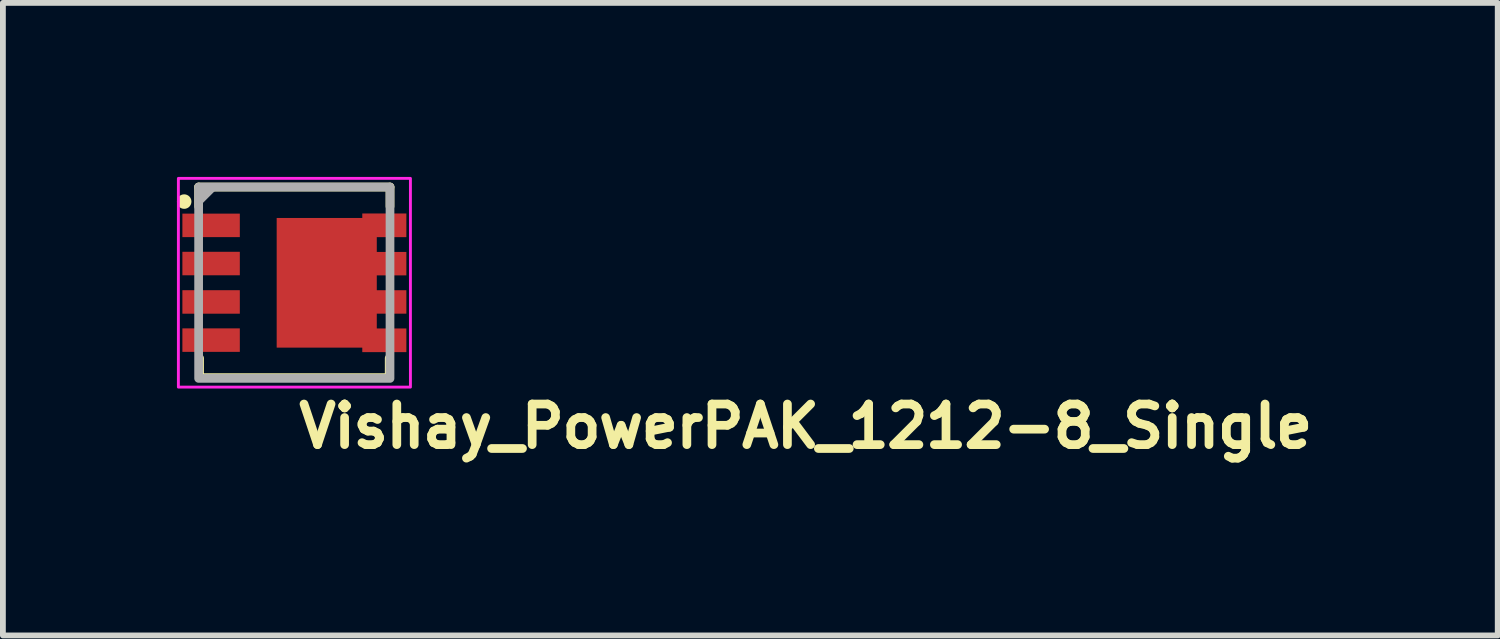
<source format=kicad_pcb>
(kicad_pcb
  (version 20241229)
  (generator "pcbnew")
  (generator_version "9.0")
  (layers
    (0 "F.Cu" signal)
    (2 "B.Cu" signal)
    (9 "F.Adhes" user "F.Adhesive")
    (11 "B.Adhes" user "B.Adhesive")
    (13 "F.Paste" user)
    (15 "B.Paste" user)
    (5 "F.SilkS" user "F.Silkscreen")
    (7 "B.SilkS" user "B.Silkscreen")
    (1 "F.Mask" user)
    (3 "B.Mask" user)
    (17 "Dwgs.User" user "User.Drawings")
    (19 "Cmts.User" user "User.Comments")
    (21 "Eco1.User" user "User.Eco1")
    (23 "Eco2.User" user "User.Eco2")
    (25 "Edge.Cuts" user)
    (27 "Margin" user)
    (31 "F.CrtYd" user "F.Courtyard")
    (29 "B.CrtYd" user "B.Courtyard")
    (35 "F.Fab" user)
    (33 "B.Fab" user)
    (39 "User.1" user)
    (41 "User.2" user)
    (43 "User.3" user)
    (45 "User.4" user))
  (footprint "Vishay_PowerPAK_1212-8_Single"
    (layer "F.Cu")
    (at 2.025 1.825)
    (property "Reference" "Vishay_PowerPAK_1212-8_Single" (at 0 2.883 0) (layer "F.SilkS") (effects (font (size 0.7 0.7) (thickness 0.15)) (justify left bottom)))
    (attr smd)
    (fp_line (start -1.651 -1.651) (end -1.651 -1.317) (stroke (width 0.15) (type solid)) (layer "F.SilkS"))
    (fp_line (start -1.651 -1.651) (end 1.648 -1.651) (stroke (width 0.15) (type solid)) (layer "F.SilkS"))
    (fp_line (start -1.635 1.3) (end -1.635 1.634) (stroke (width 0.15) (type solid)) (layer "F.SilkS"))
    (fp_line (start -1.635 1.634) (end 1.634 1.634) (stroke (width 0.15) (type solid)) (layer "F.SilkS"))
    (fp_line (start 1.634 1.3) (end 1.634 1.634) (stroke (width 0.15) (type solid)) (layer "F.SilkS"))
    (fp_line (start 1.648 -1.651) (end 1.648 -1.317) (stroke (width 0.15) (type solid)) (layer "F.SilkS"))
    (fp_circle (center -1.9 -1.4) (end -1.85 -1.4) (stroke (width 0.15) (type solid)) (fill yes) (layer "F.SilkS"))
    (fp_rect (start -2 -1.8) (end 2 1.798) (stroke (width 0.05) (type solid)) (fill no) (layer "F.CrtYd"))
    (fp_line (start -1.643 -1.417) (end -1.417 -1.643) (stroke (width 0.15) (type solid)) (layer "F.Fab"))
    (fp_rect (start -1.651 -1.651) (end 1.648 1.648) (stroke (width 0.15) (type solid)) (fill no) (layer "F.Fab"))
    (fp_rect (start -1.651 -1.651) (end 1.648 1.648) (stroke (width 0.1) (type solid)) (fill no) (layer "User.5"))
    (fp_line (start -1.651 -1.125) (end -1.526 -1.125) (stroke (width 0.02) (type solid)) (layer "User.9"))
    (fp_line (start -1.651 -0.826) (end -1.651 -1.125) (stroke (width 0.02) (type solid)) (layer "User.9"))
    (fp_line (start -1.651 -0.476) (end -1.526 -0.476) (stroke (width 0.02) (type solid)) (layer "User.9"))
    (fp_line (start -1.651 -0.176) (end -1.651 -0.476) (stroke (width 0.02) (type solid)) (layer "User.9"))
    (fp_line (start -1.651 0.174) (end -1.526 0.174) (stroke (width 0.02) (type solid)) (layer "User.9"))
    (fp_line (start -1.651 0.474) (end -1.651 0.174) (stroke (width 0.02) (type solid)) (layer "User.9"))
    (fp_line (start -1.651 0.824) (end -1.526 0.824) (stroke (width 0.02) (type solid)) (layer "User.9"))
    (fp_line (start -1.651 1.124) (end -1.651 0.824) (stroke (width 0.02) (type solid)) (layer "User.9"))
    (fp_line (start -1.526 -1.486) (end -1.526 -1.484) (stroke (width 0.02) (type solid)) (layer "User.9"))
    (fp_line (start -1.526 -1.484) (end -1.526 -1.482) (stroke (width 0.02) (type solid)) (layer "User.9"))
    (fp_line (start -1.526 -1.482) (end -1.526 -1.478) (stroke (width 0.02) (type solid)) (layer "User.9"))
    (fp_line (start -1.526 -1.478) (end -1.526 -1.476) (stroke (width 0.02) (type solid)) (layer "User.9"))
    (fp_line (start -1.526 -1.476) (end -1.526 -1.125) (stroke (width 0.02) (type solid)) (layer "User.9"))
    (fp_line (start -1.526 -1.125) (end -1.526 -0.826) (stroke (width 0.02) (type solid)) (layer "User.9"))
    (fp_line (start -1.526 -0.826) (end -1.651 -0.826) (stroke (width 0.02) (type solid)) (layer "User.9"))
    (fp_line (start -1.526 -0.826) (end -1.526 -0.476) (stroke (width 0.02) (type solid)) (layer "User.9"))
    (fp_line (start -1.526 -0.476) (end -1.526 -0.176) (stroke (width 0.02) (type solid)) (layer "User.9"))
    (fp_line (start -1.526 -0.176) (end -1.651 -0.176) (stroke (width 0.02) (type solid)) (layer "User.9"))
    (fp_line (start -1.526 -0.176) (end -1.526 0.174) (stroke (width 0.02) (type solid)) (layer "User.9"))
    (fp_line (start -1.526 0.174) (end -1.526 0.474) (stroke (width 0.02) (type solid)) (layer "User.9"))
    (fp_line (start -1.526 0.474) (end -1.651 0.474) (stroke (width 0.02) (type solid)) (layer "User.9"))
    (fp_line (start -1.526 0.474) (end -1.526 0.824) (stroke (width 0.02) (type solid)) (layer "User.9"))
    (fp_line (start -1.526 0.824) (end -1.526 1.124) (stroke (width 0.02) (type solid)) (layer "User.9"))
    (fp_line (start -1.526 1.124) (end -1.651 1.124) (stroke (width 0.02) (type solid)) (layer "User.9"))
    (fp_line (start -1.526 1.124) (end -1.526 1.475) (stroke (width 0.02) (type solid)) (layer "User.9"))
    (fp_line (start -1.526 1.475) (end -1.526 1.477) (stroke (width 0.02) (type solid)) (layer "User.9"))
    (fp_line (start -1.526 1.475) (end -1.524 1.473) (stroke (width 0.02) (type solid)) (layer "User.9"))
    (fp_line (start -1.526 1.477) (end -1.526 1.479) (stroke (width 0.02) (type solid)) (layer "User.9"))
    (fp_line (start -1.526 1.479) (end -1.526 1.481) (stroke (width 0.02) (type solid)) (layer "User.9"))
    (fp_line (start -1.526 1.481) (end -1.526 1.485) (stroke (width 0.02) (type solid)) (layer "User.9"))
    (fp_line (start -1.526 1.485) (end -1.524 1.487) (stroke (width 0.02) (type solid)) (layer "User.9"))
    (fp_line (start -1.524 -1.494) (end -1.524 -1.49) (stroke (width 0.02) (type solid)) (layer "User.9"))
    (fp_line (start -1.524 -1.49) (end -1.524 -1.488) (stroke (width 0.02) (type solid)) (layer "User.9"))
    (fp_line (start -1.524 -1.488) (end -1.526 -1.486) (stroke (width 0.02) (type solid)) (layer "User.9"))
    (fp_line (start -1.524 -1.474) (end -1.526 -1.476) (stroke (width 0.02) (type solid)) (layer "User.9"))
    (fp_line (start -1.524 1.473) (end -1.522 1.469) (stroke (width 0.02) (type solid)) (layer "User.9"))
    (fp_line (start -1.524 1.487) (end -1.524 1.489) (stroke (width 0.02) (type solid)) (layer "User.9"))
    (fp_line (start -1.524 1.489) (end -1.524 1.491) (stroke (width 0.02) (type solid)) (layer "User.9"))
    (fp_line (start -1.524 1.491) (end -1.522 1.493) (stroke (width 0.02) (type solid)) (layer "User.9"))
    (fp_line (start -1.522 -1.498) (end -1.522 -1.496) (stroke (width 0.02) (type solid)) (layer "User.9"))
    (fp_line (start -1.522 -1.496) (end -1.524 -1.494) (stroke (width 0.02) (type solid)) (layer "User.9"))
    (fp_line (start -1.522 -1.472) (end -1.524 -1.474) (stroke (width 0.02) (type solid)) (layer "User.9"))
    (fp_line (start -1.522 1.469) (end -1.52 1.467) (stroke (width 0.02) (type solid)) (layer "User.9"))
    (fp_line (start -1.522 1.493) (end -1.522 1.495) (stroke (width 0.02) (type solid)) (layer "User.9"))
    (fp_line (start -1.522 1.495) (end -1.52 1.497) (stroke (width 0.02) (type solid)) (layer "User.9"))
    (fp_line (start -1.52 -1.5) (end -1.522 -1.498) (stroke (width 0.02) (type solid)) (layer "User.9"))
    (fp_line (start -1.52 -1.47) (end -1.522 -1.472) (stroke (width 0.02) (type solid)) (layer "User.9"))
    (fp_line (start -1.52 1.467) (end -1.518 1.465) (stroke (width 0.02) (type solid)) (layer "User.9"))
    (fp_line (start -1.52 1.497) (end -1.518 1.499) (stroke (width 0.02) (type solid)) (layer "User.9"))
    (fp_line (start -1.518 -1.504) (end -1.518 -1.502) (stroke (width 0.02) (type solid)) (layer "User.9"))
    (fp_line (start -1.518 -1.502) (end -1.52 -1.5) (stroke (width 0.02) (type solid)) (layer "User.9"))
    (fp_line (start -1.518 -1.466) (end -1.52 -1.47) (stroke (width 0.02) (type solid)) (layer "User.9"))
    (fp_line (start -1.518 1.465) (end -1.516 1.461) (stroke (width 0.02) (type solid)) (layer "User.9"))
    (fp_line (start -1.518 1.499) (end -1.518 1.501) (stroke (width 0.02) (type solid)) (layer "User.9"))
    (fp_line (start -1.518 1.501) (end -1.516 1.503) (stroke (width 0.02) (type solid)) (layer "User.9"))
    (fp_line (start -1.516 -1.506) (end -1.518 -1.504) (stroke (width 0.02) (type solid)) (layer "User.9"))
    (fp_line (start -1.516 -1.462) (end -1.518 -1.466) (stroke (width 0.02) (type solid)) (layer "User.9"))
    (fp_line (start -1.516 1.461) (end -1.514 1.457) (stroke (width 0.02) (type solid)) (layer "User.9"))
    (fp_line (start -1.516 1.503) (end -1.514 1.505) (stroke (width 0.02) (type solid)) (layer "User.9"))
    (fp_line (start -1.514 -1.508) (end -1.516 -1.506) (stroke (width 0.02) (type solid)) (layer "User.9"))
    (fp_line (start -1.514 -1.46) (end -1.516 -1.462) (stroke (width 0.02) (type solid)) (layer "User.9"))
    (fp_line (start -1.514 1.457) (end -1.512 1.455) (stroke (width 0.02) (type solid)) (layer "User.9"))
    (fp_line (start -1.514 1.505) (end -1.512 1.507) (stroke (width 0.02) (type solid)) (layer "User.9"))
    (fp_line (start -1.512 -1.512) (end -1.512 -1.51) (stroke (width 0.02) (type solid)) (layer "User.9"))
    (fp_line (start -1.512 -1.51) (end -1.514 -1.508) (stroke (width 0.02) (type solid)) (layer "User.9"))
    (fp_line (start -1.512 1.455) (end -1.51 1.451) (stroke (width 0.02) (type solid)) (layer "User.9"))
    (fp_line (start -1.512 1.507) (end -1.512 1.509) (stroke (width 0.02) (type solid)) (layer "User.9"))
    (fp_line (start -1.512 1.509) (end -1.51 1.511) (stroke (width 0.02) (type solid)) (layer "User.9"))
    (fp_line (start -1.51 -1.512) (end -1.512 -1.512) (stroke (width 0.02) (type solid)) (layer "User.9"))
    (fp_line (start -1.51 -1.452) (end -1.514 -1.46) (stroke (width 0.02) (type solid)) (layer "User.9"))
    (fp_line (start -1.51 1.451) (end -1.508 1.445) (stroke (width 0.02) (type solid)) (layer "User.9"))
    (fp_line (start -1.51 1.511) (end -1.508 1.513) (stroke (width 0.02) (type solid)) (layer "User.9"))
    (fp_line (start -1.508 -1.514) (end -1.51 -1.512) (stroke (width 0.02) (type solid)) (layer "User.9"))
    (fp_line (start -1.508 1.445) (end -1.506 1.441) (stroke (width 0.02) (type solid)) (layer "User.9"))
    (fp_line (start -1.508 1.513) (end -1.506 1.515) (stroke (width 0.02) (type solid)) (layer "User.9"))
    (fp_line (start -1.506 -1.516) (end -1.508 -1.514) (stroke (width 0.02) (type solid)) (layer "User.9"))
    (fp_line (start -1.506 -1.442) (end -1.51 -1.452) (stroke (width 0.02) (type solid)) (layer "User.9"))
    (fp_line (start -1.506 1.441) (end -1.504 1.437) (stroke (width 0.02) (type solid)) (layer "User.9"))
    (fp_line (start -1.506 1.515) (end -1.504 1.515) (stroke (width 0.02) (type solid)) (layer "User.9"))
    (fp_line (start -1.504 -1.518) (end -1.506 -1.516) (stroke (width 0.02) (type solid)) (layer "User.9"))
    (fp_line (start -1.504 1.437) (end -1.502 1.431) (stroke (width 0.02) (type solid)) (layer "User.9"))
    (fp_line (start -1.504 1.515) (end -1.502 1.517) (stroke (width 0.02) (type solid)) (layer "User.9"))
    (fp_line (start -1.502 -1.518) (end -1.504 -1.518) (stroke (width 0.02) (type solid)) (layer "User.9"))
    (fp_line (start -1.502 -1.434) (end -1.506 -1.442) (stroke (width 0.02) (type solid)) (layer "User.9"))
    (fp_line (start -1.502 1.431) (end -1.498 1.427) (stroke (width 0.02) (type solid)) (layer "User.9"))
    (fp_line (start -1.502 1.517) (end -1.5 1.519) (stroke (width 0.02) (type solid)) (layer "User.9"))
    (fp_line (start -1.5 -1.52) (end -1.502 -1.518) (stroke (width 0.02) (type solid)) (layer "User.9"))
    (fp_line (start -1.5 1.519) (end -1.498 1.519) (stroke (width 0.02) (type solid)) (layer "User.9"))
    (fp_line (start -1.498 -1.522) (end -1.5 -1.52) (stroke (width 0.02) (type solid)) (layer "User.9"))
    (fp_line (start -1.498 1.427) (end -1.496 1.421) (stroke (width 0.02) (type solid)) (layer "User.9"))
    (fp_line (start -1.498 1.519) (end -1.496 1.521) (stroke (width 0.02) (type solid)) (layer "User.9"))
    (fp_line (start -1.496 -1.522) (end -1.498 -1.522) (stroke (width 0.02) (type solid)) (layer "User.9"))
    (fp_line (start -1.496 -1.422) (end -1.502 -1.434) (stroke (width 0.02) (type solid)) (layer "User.9"))
    (fp_line (start -1.496 1.421) (end -1.494 1.415) (stroke (width 0.02) (type solid)) (layer "User.9"))
    (fp_line (start -1.496 1.521) (end -1.494 1.521) (stroke (width 0.02) (type solid)) (layer "User.9"))
    (fp_line (start -1.494 -1.524) (end -1.496 -1.522) (stroke (width 0.02) (type solid)) (layer "User.9"))
    (fp_line (start -1.494 1.415) (end -1.492 1.409) (stroke (width 0.02) (type solid)) (layer "User.9"))
    (fp_line (start -1.494 1.521) (end -1.49 1.521) (stroke (width 0.02) (type solid)) (layer "User.9"))
    (fp_line (start -1.492 -1.41) (end -1.496 -1.422) (stroke (width 0.02) (type solid)) (layer "User.9"))
    (fp_line (start -1.492 -1.41) (end -1.492 -1.41) (stroke (width 0.02) (type solid)) (layer "User.9"))
    (fp_line (start -1.492 1.409) (end -1.492 1.409) (stroke (width 0.02) (type solid)) (layer "User.9"))
    (fp_line (start -1.492 1.409) (end -1.484 1.388) (stroke (width 0.02) (type solid)) (layer "User.9"))
    (fp_line (start -1.49 -1.524) (end -1.494 -1.524) (stroke (width 0.02) (type solid)) (layer "User.9"))
    (fp_line (start -1.49 1.521) (end -1.488 1.523) (stroke (width 0.02) (type solid)) (layer "User.9"))
    (fp_line (start -1.488 -1.524) (end -1.49 -1.524) (stroke (width 0.02) (type solid)) (layer "User.9"))
    (fp_line (start -1.488 1.523) (end -1.486 1.523) (stroke (width 0.02) (type solid)) (layer "User.9"))
    (fp_line (start -1.486 -1.526) (end -1.488 -1.524) (stroke (width 0.02) (type solid)) (layer "User.9"))
    (fp_line (start -1.486 1.523) (end -1.484 1.523) (stroke (width 0.02) (type solid)) (layer "User.9"))
    (fp_line (start -1.484 -1.526) (end -1.486 -1.526) (stroke (width 0.02) (type solid)) (layer "User.9"))
    (fp_line (start -1.484 1.388) (end -1.476 1.364) (stroke (width 0.02) (type solid)) (layer "User.9"))
    (fp_line (start -1.484 1.523) (end -1.482 1.523) (stroke (width 0.02) (type solid)) (layer "User.9"))
    (fp_line (start -1.482 -1.526) (end -1.484 -1.526) (stroke (width 0.02) (type solid)) (layer "User.9"))
    (fp_line (start -1.482 -1.383) (end -1.492 -1.41) (stroke (width 0.02) (type solid)) (layer "User.9"))
    (fp_line (start -1.482 1.523) (end -1.478 1.523) (stroke (width 0.02) (type solid)) (layer "User.9"))
    (fp_line (start -1.478 -1.526) (end -1.482 -1.526) (stroke (width 0.02) (type solid)) (layer "User.9"))
    (fp_line (start -1.478 1.523) (end -1.476 1.523) (stroke (width 0.02) (type solid)) (layer "User.9"))
    (fp_line (start -1.476 -1.526) (end -1.478 -1.526) (stroke (width 0.02) (type solid)) (layer "User.9"))
    (fp_line (start -1.476 -1.526) (end -1.474 -1.524) (stroke (width 0.02) (type solid)) (layer "User.9"))
    (fp_line (start -1.476 1.364) (end -1.468 1.338) (stroke (width 0.02) (type solid)) (layer "User.9"))
    (fp_line (start -1.476 1.523) (end -0.315 1.523) (stroke (width 0.02) (type solid)) (layer "User.9"))
    (fp_line (start -1.474 -1.524) (end -1.472 -1.522) (stroke (width 0.02) (type solid)) (layer "User.9"))
    (fp_line (start -1.474 1.523) (end -1.476 1.523) (stroke (width 0.02) (type solid)) (layer "User.9"))
    (fp_line (start -1.472 -1.522) (end -1.47 -1.52) (stroke (width 0.02) (type solid)) (layer "User.9"))
    (fp_line (start -1.472 1.521) (end -1.474 1.523) (stroke (width 0.02) (type solid)) (layer "User.9"))
    (fp_line (start -1.47 -1.52) (end -1.466 -1.518) (stroke (width 0.02) (type solid)) (layer "User.9"))
    (fp_line (start -1.47 1.519) (end -1.472 1.521) (stroke (width 0.02) (type solid)) (layer "User.9"))
    (fp_line (start -1.468 1.338) (end -1.458 1.314) (stroke (width 0.02) (type solid)) (layer "User.9"))
    (fp_line (start -1.466 -1.518) (end -1.464 -1.516) (stroke (width 0.02) (type solid)) (layer "User.9"))
    (fp_line (start -1.466 1.517) (end -1.47 1.519) (stroke (width 0.02) (type solid)) (layer "User.9"))
    (fp_line (start -1.464 -1.516) (end -1.46 -1.514) (stroke (width 0.02) (type solid)) (layer "User.9"))
    (fp_line (start -1.462 1.515) (end -1.466 1.517) (stroke (width 0.02) (type solid)) (layer "User.9"))
    (fp_line (start -1.46 -1.514) (end -1.456 -1.512) (stroke (width 0.02) (type solid)) (layer "User.9"))
    (fp_line (start -1.46 1.513) (end -1.462 1.515) (stroke (width 0.02) (type solid)) (layer "User.9"))
    (fp_line (start -1.458 -1.315) (end -1.482 -1.383) (stroke (width 0.02) (type solid)) (layer "User.9"))
    (fp_line (start -1.458 1.314) (end -1.456 1.308) (stroke (width 0.02) (type solid)) (layer "User.9"))
    (fp_line (start -1.456 -1.512) (end -1.452 -1.51) (stroke (width 0.02) (type solid)) (layer "User.9"))
    (fp_line (start -1.456 -1.305) (end -1.458 -1.315) (stroke (width 0.02) (type solid)) (layer "User.9"))
    (fp_line (start -1.456 1.304) (end -1.452 1.292) (stroke (width 0.02) (type solid)) (layer "User.9"))
    (fp_line (start -1.456 1.308) (end -1.456 1.304) (stroke (width 0.02) (type solid)) (layer "User.9"))
    (fp_line (start -1.452 -1.51) (end -1.448 -1.508) (stroke (width 0.02) (type solid)) (layer "User.9"))
    (fp_line (start -1.452 -1.295) (end -1.456 -1.305) (stroke (width 0.02) (type solid)) (layer "User.9"))
    (fp_line (start -1.452 1.292) (end -1.45 1.28) (stroke (width 0.02) (type solid)) (layer "User.9"))
    (fp_line (start -1.452 1.507) (end -1.46 1.513) (stroke (width 0.02) (type solid)) (layer "User.9"))
    (fp_line (start -1.45 -1.283) (end -1.452 -1.295) (stroke (width 0.02) (type solid)) (layer "User.9"))
    (fp_line (start -1.45 1.28) (end -1.448 1.267) (stroke (width 0.02) (type solid)) (layer "User.9"))
    (fp_line (start -1.448 -1.508) (end -1.444 -1.506) (stroke (width 0.02) (type solid)) (layer "User.9"))
    (fp_line (start -1.448 -1.27) (end -1.45 -1.283) (stroke (width 0.02) (type solid)) (layer "User.9"))
    (fp_line (start -1.448 1.267) (end -1.444 1.253) (stroke (width 0.02) (type solid)) (layer "User.9"))
    (fp_line (start -1.444 -1.506) (end -1.438 -1.504) (stroke (width 0.02) (type solid)) (layer "User.9"))
    (fp_line (start -1.444 -1.256) (end -1.448 -1.27) (stroke (width 0.02) (type solid)) (layer "User.9"))
    (fp_line (start -1.444 1.253) (end -1.442 1.239) (stroke (width 0.02) (type solid)) (layer "User.9"))
    (fp_line (start -1.442 -1.24) (end -1.444 -1.256) (stroke (width 0.02) (type solid)) (layer "User.9"))
    (fp_line (start -1.442 1.239) (end -1.44 1.223) (stroke (width 0.02) (type solid)) (layer "User.9"))
    (fp_line (start -1.442 1.503) (end -1.452 1.507) (stroke (width 0.02) (type solid)) (layer "User.9"))
    (fp_line (start -1.44 -1.224) (end -1.442 -1.24) (stroke (width 0.02) (type solid)) (layer "User.9"))
    (fp_line (start -1.44 1.223) (end -1.438 1.205) (stroke (width 0.02) (type solid)) (layer "User.9"))
    (fp_line (start -1.438 -1.504) (end -1.434 -1.502) (stroke (width 0.02) (type solid)) (layer "User.9"))
    (fp_line (start -1.438 -1.212) (end -1.438 -1.208) (stroke (width 0.02) (type solid)) (layer "User.9"))
    (fp_line (start -1.438 -1.208) (end -1.44 -1.224) (stroke (width 0.02) (type solid)) (layer "User.9"))
    (fp_line (start -1.438 -1.208) (end -1.438 -1.19) (stroke (width 0.02) (type solid)) (layer "User.9"))
    (fp_line (start -1.438 -1.19) (end -1.436 -1.17) (stroke (width 0.02) (type solid)) (layer "User.9"))
    (fp_line (start -1.438 1.187) (end -1.438 1.205) (stroke (width 0.02) (type solid)) (layer "User.9"))
    (fp_line (start -1.438 1.205) (end -1.438 1.211) (stroke (width 0.02) (type solid)) (layer "User.9"))
    (fp_line (start -1.438 1.211) (end -1.436 1.215) (stroke (width 0.02) (type solid)) (layer "User.9"))
    (fp_line (start -1.436 -1.218) (end -1.438 -1.212) (stroke (width 0.02) (type solid)) (layer "User.9"))
    (fp_line (start -1.436 -1.17) (end -1.434 -1.151) (stroke (width 0.02) (type solid)) (layer "User.9"))
    (fp_line (start -1.436 1.169) (end -1.438 1.187) (stroke (width 0.02) (type solid)) (layer "User.9"))
    (fp_line (start -1.436 1.215) (end -1.434 1.221) (stroke (width 0.02) (type solid)) (layer "User.9"))
    (fp_line (start -1.434 -1.502) (end -1.428 -1.498) (stroke (width 0.02) (type solid)) (layer "User.9"))
    (fp_line (start -1.434 -1.222) (end -1.436 -1.218) (stroke (width 0.02) (type solid)) (layer "User.9"))
    (fp_line (start -1.434 -1.151) (end -1.434 -1.129) (stroke (width 0.02) (type solid)) (layer "User.9"))
    (fp_line (start -1.434 -1.129) (end -1.434 -1.107) (stroke (width 0.02) (type solid)) (layer "User.9"))
    (fp_line (start -1.434 -1.107) (end -1.432 -1.085) (stroke (width 0.02) (type solid)) (layer "User.9"))
    (fp_line (start -1.434 1.128) (end -1.434 1.148) (stroke (width 0.02) (type solid)) (layer "User.9"))
    (fp_line (start -1.434 1.148) (end -1.436 1.169) (stroke (width 0.02) (type solid)) (layer "User.9"))
    (fp_line (start -1.434 1.221) (end -1.432 1.225) (stroke (width 0.02) (type solid)) (layer "User.9"))
    (fp_line (start -1.434 1.499) (end -1.442 1.503) (stroke (width 0.02) (type solid)) (layer "User.9"))
    (fp_line (start -1.432 -1.228) (end -1.434 -1.222) (stroke (width 0.02) (type solid)) (layer "User.9"))
    (fp_line (start -1.432 -1.085) (end -1.432 -1.061) (stroke (width 0.02) (type solid)) (layer "User.9"))
    (fp_line (start -1.432 -1.061) (end -1.432 -1.035) (stroke (width 0.02) (type solid)) (layer "User.9"))
    (fp_line (start -1.432 1.032) (end -1.432 1.082) (stroke (width 0.02) (type solid)) (layer "User.9"))
    (fp_line (start -1.432 1.032) (end -1.365 1.032) (stroke (width 0.02) (type solid)) (layer "User.9"))
    (fp_line (start -1.432 1.082) (end -1.434 1.128) (stroke (width 0.02) (type solid)) (layer "User.9"))
    (fp_line (start -1.432 1.225) (end -1.428 1.231) (stroke (width 0.02) (type solid)) (layer "User.9"))
    (fp_line (start -1.428 -1.498) (end -1.422 -1.496) (stroke (width 0.02) (type solid)) (layer "User.9"))
    (fp_line (start -1.428 -1.232) (end -1.432 -1.228) (stroke (width 0.02) (type solid)) (layer "User.9"))
    (fp_line (start -1.428 1.231) (end -1.424 1.237) (stroke (width 0.02) (type solid)) (layer "User.9"))
    (fp_line (start -1.424 -1.238) (end -1.428 -1.232) (stroke (width 0.02) (type solid)) (layer "User.9"))
    (fp_line (start -1.424 1.237) (end -1.42 1.241) (stroke (width 0.02) (type solid)) (layer "User.9"))
    (fp_line (start -1.422 -1.496) (end -1.416 -1.494) (stroke (width 0.02) (type solid)) (layer "User.9"))
    (fp_line (start -1.422 1.495) (end -1.434 1.499) (stroke (width 0.02) (type solid)) (layer "User.9"))
    (fp_line (start -1.42 -1.244) (end -1.424 -1.238) (stroke (width 0.02) (type solid)) (layer "User.9"))
    (fp_line (start -1.42 1.241) (end -1.416 1.247) (stroke (width 0.02) (type solid)) (layer "User.9"))
    (fp_line (start -1.416 -1.494) (end -1.41 -1.492) (stroke (width 0.02) (type solid)) (layer "User.9"))
    (fp_line (start -1.416 -1.416) (end -1.321 -1.321) (stroke (width 0.02) (type solid)) (layer "User.9"))
    (fp_line (start -1.416 -1.25) (end -1.42 -1.244) (stroke (width 0.02) (type solid)) (layer "User.9"))
    (fp_line (start -1.416 1.247) (end -1.412 1.253) (stroke (width 0.02) (type solid)) (layer "User.9"))
    (fp_line (start -1.416 1.413) (end -1.321 1.32) (stroke (width 0.02) (type solid)) (layer "User.9"))
    (fp_line (start -1.412 -1.254) (end -1.416 -1.25) (stroke (width 0.02) (type solid)) (layer "User.9"))
    (fp_line (start -1.412 1.253) (end -1.407 1.259) (stroke (width 0.02) (type solid)) (layer "User.9"))
    (fp_line (start -1.41 -1.492) (end -1.41 -1.492) (stroke (width 0.02) (type solid)) (layer "User.9"))
    (fp_line (start -1.41 -1.492) (end -1.391 -1.484) (stroke (width 0.02) (type solid)) (layer "User.9"))
    (fp_line (start -1.41 1.489) (end -1.422 1.495) (stroke (width 0.02) (type solid)) (layer "User.9"))
    (fp_line (start -1.41 1.489) (end -1.41 1.489) (stroke (width 0.02) (type solid)) (layer "User.9"))
    (fp_line (start -1.407 -1.26) (end -1.412 -1.254) (stroke (width 0.02) (type solid)) (layer "User.9"))
    (fp_line (start -1.407 1.259) (end -1.401 1.265) (stroke (width 0.02) (type solid)) (layer "User.9"))
    (fp_line (start -1.401 -1.266) (end -1.407 -1.26) (stroke (width 0.02) (type solid)) (layer "User.9"))
    (fp_line (start -1.401 1.265) (end -1.397 1.269) (stroke (width 0.02) (type solid)) (layer "User.9"))
    (fp_line (start -1.397 -1.272) (end -1.401 -1.266) (stroke (width 0.02) (type solid)) (layer "User.9"))
    (fp_line (start -1.397 1.269) (end -1.391 1.275) (stroke (width 0.02) (type solid)) (layer "User.9"))
    (fp_line (start -1.391 -1.484) (end -1.367 -1.476) (stroke (width 0.02) (type solid)) (layer "User.9"))
    (fp_line (start -1.391 -1.276) (end -1.397 -1.272) (stroke (width 0.02) (type solid)) (layer "User.9"))
    (fp_line (start -1.391 1.275) (end -1.385 1.28) (stroke (width 0.02) (type solid)) (layer "User.9"))
    (fp_line (start -1.385 -1.283) (end -1.391 -1.276) (stroke (width 0.02) (type solid)) (layer "User.9"))
    (fp_line (start -1.385 1.28) (end -1.379 1.286) (stroke (width 0.02) (type solid)) (layer "User.9"))
    (fp_line (start -1.383 1.481) (end -1.41 1.489) (stroke (width 0.02) (type solid)) (layer "User.9"))
    (fp_line (start -1.379 -1.287) (end -1.385 -1.283) (stroke (width 0.02) (type solid)) (layer "User.9"))
    (fp_line (start -1.379 1.286) (end -1.373 1.29) (stroke (width 0.02) (type solid)) (layer "User.9"))
    (fp_line (start -1.373 -1.291) (end -1.379 -1.287) (stroke (width 0.02) (type solid)) (layer "User.9"))
    (fp_line (start -1.373 -1.291) (end -1.373 -1.291) (stroke (width 0.02) (type solid)) (layer "User.9"))
    (fp_line (start -1.373 1.29) (end -1.373 1.29) (stroke (width 0.02) (type solid)) (layer "User.9"))
    (fp_line (start -1.373 1.29) (end -1.367 1.294) (stroke (width 0.02) (type solid)) (layer "User.9"))
    (fp_line (start -1.367 -1.476) (end -1.341 -1.468) (stroke (width 0.02) (type solid)) (layer "User.9"))
    (fp_line (start -1.367 -1.297) (end -1.373 -1.291) (stroke (width 0.02) (type solid)) (layer "User.9"))
    (fp_line (start -1.367 1.294) (end -1.361 1.298) (stroke (width 0.02) (type solid)) (layer "User.9"))
    (fp_line (start -1.365 -1.065) (end -1.365 -1.035) (stroke (width 0.02) (type solid)) (layer "User.9"))
    (fp_line (start -1.365 -1.035) (end -1.432 -1.035) (stroke (width 0.02) (type solid)) (layer "User.9"))
    (fp_line (start -1.365 -1.035) (end -1.234 -1.035) (stroke (width 0.02) (type solid)) (layer "User.9"))
    (fp_line (start -1.365 1.032) (end -1.365 1.064) (stroke (width 0.02) (type solid)) (layer "User.9"))
    (fp_line (start -1.365 1.032) (end -1.234 1.032) (stroke (width 0.02) (type solid)) (layer "User.9"))
    (fp_line (start -1.365 1.064) (end -1.363 1.094) (stroke (width 0.02) (type solid)) (layer "User.9"))
    (fp_line (start -1.363 -1.097) (end -1.365 -1.065) (stroke (width 0.02) (type solid)) (layer "User.9"))
    (fp_line (start -1.363 1.094) (end -1.361 1.124) (stroke (width 0.02) (type solid)) (layer "User.9"))
    (fp_line (start -1.361 -1.301) (end -1.367 -1.297) (stroke (width 0.02) (type solid)) (layer "User.9"))
    (fp_line (start -1.361 -1.127) (end -1.363 -1.097) (stroke (width 0.02) (type solid)) (layer "User.9"))
    (fp_line (start -1.361 1.124) (end -1.359 1.153) (stroke (width 0.02) (type solid)) (layer "User.9"))
    (fp_line (start -1.361 1.298) (end -1.355 1.302) (stroke (width 0.02) (type solid)) (layer "User.9"))
    (fp_line (start -1.359 -1.156) (end -1.361 -1.127) (stroke (width 0.02) (type solid)) (layer "User.9"))
    (fp_line (start -1.359 1.153) (end -1.355 1.181) (stroke (width 0.02) (type solid)) (layer "User.9"))
    (fp_line (start -1.355 -1.305) (end -1.361 -1.301) (stroke (width 0.02) (type solid)) (layer "User.9"))
    (fp_line (start -1.355 -1.184) (end -1.359 -1.156) (stroke (width 0.02) (type solid)) (layer "User.9"))
    (fp_line (start -1.355 1.181) (end -1.351 1.207) (stroke (width 0.02) (type solid)) (layer "User.9"))
    (fp_line (start -1.355 1.302) (end -1.347 1.306) (stroke (width 0.02) (type solid)) (layer "User.9"))
    (fp_line (start -1.351 -1.21) (end -1.355 -1.184) (stroke (width 0.02) (type solid)) (layer "User.9"))
    (fp_line (start -1.351 1.207) (end -1.347 1.231) (stroke (width 0.02) (type solid)) (layer "User.9"))
    (fp_line (start -1.347 -1.307) (end -1.355 -1.305) (stroke (width 0.02) (type solid)) (layer "User.9"))
    (fp_line (start -1.347 -1.234) (end -1.351 -1.21) (stroke (width 0.02) (type solid)) (layer "User.9"))
    (fp_line (start -1.347 1.231) (end -1.343 1.253) (stroke (width 0.02) (type solid)) (layer "User.9"))
    (fp_line (start -1.347 1.306) (end -1.341 1.31) (stroke (width 0.02) (type solid)) (layer "User.9"))
    (fp_line (start -1.343 -1.256) (end -1.347 -1.234) (stroke (width 0.02) (type solid)) (layer "User.9"))
    (fp_line (start -1.343 -1.256) (end -1.343 -1.256) (stroke (width 0.02) (type solid)) (layer "User.9"))
    (fp_line (start -1.343 1.253) (end -1.343 1.253) (stroke (width 0.02) (type solid)) (layer "User.9"))
    (fp_line (start -1.343 1.253) (end -1.341 1.263) (stroke (width 0.02) (type solid)) (layer "User.9"))
    (fp_line (start -1.341 -1.468) (end -1.315 -1.458) (stroke (width 0.02) (type solid)) (layer "User.9"))
    (fp_line (start -1.341 -1.311) (end -1.347 -1.307) (stroke (width 0.02) (type solid)) (layer "User.9"))
    (fp_line (start -1.341 -1.264) (end -1.343 -1.256) (stroke (width 0.02) (type solid)) (layer "User.9"))
    (fp_line (start -1.341 1.263) (end -1.337 1.271) (stroke (width 0.02) (type solid)) (layer "User.9"))
    (fp_line (start -1.341 1.31) (end -1.335 1.312) (stroke (width 0.02) (type solid)) (layer "User.9"))
    (fp_line (start -1.337 -1.274) (end -1.341 -1.264) (stroke (width 0.02) (type solid)) (layer "User.9"))
    (fp_line (start -1.337 1.271) (end -1.335 1.28) (stroke (width 0.02) (type solid)) (layer "User.9"))
    (fp_line (start -1.335 -1.315) (end -1.341 -1.311) (stroke (width 0.02) (type solid)) (layer "User.9"))
    (fp_line (start -1.335 -1.283) (end -1.337 -1.274) (stroke (width 0.02) (type solid)) (layer "User.9"))
    (fp_line (start -1.335 1.28) (end -1.333 1.29) (stroke (width 0.02) (type solid)) (layer "User.9"))
    (fp_line (start -1.335 1.312) (end -1.327 1.316) (stroke (width 0.02) (type solid)) (layer "User.9"))
    (fp_line (start -1.333 -1.291) (end -1.335 -1.283) (stroke (width 0.02) (type solid)) (layer "User.9"))
    (fp_line (start -1.333 1.29) (end -1.329 1.298) (stroke (width 0.02) (type solid)) (layer "User.9"))
    (fp_line (start -1.329 -1.299) (end -1.333 -1.291) (stroke (width 0.02) (type solid)) (layer "User.9"))
    (fp_line (start -1.329 1.298) (end -1.327 1.304) (stroke (width 0.02) (type solid)) (layer "User.9"))
    (fp_line (start -1.327 -1.319) (end -1.335 -1.315) (stroke (width 0.02) (type solid)) (layer "User.9"))
    (fp_line (start -1.327 -1.307) (end -1.329 -1.299) (stroke (width 0.02) (type solid)) (layer "User.9"))
    (fp_line (start -1.327 1.304) (end -1.325 1.312) (stroke (width 0.02) (type solid)) (layer "User.9"))
    (fp_line (start -1.327 1.316) (end -1.321 1.32) (stroke (width 0.02) (type solid)) (layer "User.9"))
    (fp_line (start -1.325 -1.315) (end -1.327 -1.307) (stroke (width 0.02) (type solid)) (layer "User.9"))
    (fp_line (start -1.325 1.312) (end -1.321 1.32) (stroke (width 0.02) (type solid)) (layer "User.9"))
    (fp_line (start -1.321 -1.321) (end -1.327 -1.319) (stroke (width 0.02) (type solid)) (layer "User.9"))
    (fp_line (start -1.321 -1.321) (end -1.325 -1.315) (stroke (width 0.02) (type solid)) (layer "User.9"))
    (fp_line (start -1.321 -1.321) (end -1.285 -1.285) (stroke (width 0.02) (type solid)) (layer "User.9"))
    (fp_line (start -1.321 1.32) (end -1.319 1.326) (stroke (width 0.02) (type solid)) (layer "User.9"))
    (fp_line (start -1.321 1.32) (end -1.315 1.322) (stroke (width 0.02) (type solid)) (layer "User.9"))
    (fp_line (start -1.321 1.32) (end -1.285 1.282) (stroke (width 0.02) (type solid)) (layer "User.9"))
    (fp_line (start -1.319 -1.327) (end -1.321 -1.321) (stroke (width 0.02) (type solid)) (layer "User.9"))
    (fp_line (start -1.319 1.326) (end -1.315 1.332) (stroke (width 0.02) (type solid)) (layer "User.9"))
    (fp_line (start -1.315 -1.458) (end -1.311 -1.456) (stroke (width 0.02) (type solid)) (layer "User.9"))
    (fp_line (start -1.315 -1.335) (end -1.319 -1.327) (stroke (width 0.02) (type solid)) (layer "User.9"))
    (fp_line (start -1.315 -1.325) (end -1.321 -1.321) (stroke (width 0.02) (type solid)) (layer "User.9"))
    (fp_line (start -1.315 1.322) (end -1.307 1.324) (stroke (width 0.02) (type solid)) (layer "User.9"))
    (fp_line (start -1.315 1.332) (end -1.311 1.34) (stroke (width 0.02) (type solid)) (layer "User.9"))
    (fp_line (start -1.315 1.457) (end -1.383 1.481) (stroke (width 0.02) (type solid)) (layer "User.9"))
    (fp_line (start -1.311 -1.456) (end -1.305 -1.456) (stroke (width 0.02) (type solid)) (layer "User.9"))
    (fp_line (start -1.311 -1.341) (end -1.315 -1.335) (stroke (width 0.02) (type solid)) (layer "User.9"))
    (fp_line (start -1.311 1.34) (end -1.307 1.346) (stroke (width 0.02) (type solid)) (layer "User.9"))
    (fp_line (start -1.307 -1.347) (end -1.311 -1.341) (stroke (width 0.02) (type solid)) (layer "User.9"))
    (fp_line (start -1.307 -1.327) (end -1.315 -1.325) (stroke (width 0.02) (type solid)) (layer "User.9"))
    (fp_line (start -1.307 1.324) (end -1.299 1.328) (stroke (width 0.02) (type solid)) (layer "User.9"))
    (fp_line (start -1.307 1.346) (end -1.305 1.352) (stroke (width 0.02) (type solid)) (layer "User.9"))
    (fp_line (start -1.305 -1.456) (end -1.295 -1.452) (stroke (width 0.02) (type solid)) (layer "User.9"))
    (fp_line (start -1.305 -1.355) (end -1.307 -1.347) (stroke (width 0.02) (type solid)) (layer "User.9"))
    (fp_line (start -1.305 1.352) (end -1.301 1.358) (stroke (width 0.02) (type solid)) (layer "User.9"))
    (fp_line (start -1.305 1.453) (end -1.315 1.457) (stroke (width 0.02) (type solid)) (layer "User.9"))
    (fp_line (start -1.301 -1.361) (end -1.305 -1.355) (stroke (width 0.02) (type solid)) (layer "User.9"))
    (fp_line (start -1.301 1.358) (end -1.297 1.364) (stroke (width 0.02) (type solid)) (layer "User.9"))
    (fp_line (start -1.299 -1.329) (end -1.307 -1.327) (stroke (width 0.02) (type solid)) (layer "User.9"))
    (fp_line (start -1.299 1.328) (end -1.291 1.33) (stroke (width 0.02) (type solid)) (layer "User.9"))
    (fp_line (start -1.297 -1.367) (end -1.301 -1.361) (stroke (width 0.02) (type solid)) (layer "User.9"))
    (fp_line (start -1.297 1.364) (end -1.291 1.37) (stroke (width 0.02) (type solid)) (layer "User.9"))
    (fp_line (start -1.295 -1.452) (end -1.283 -1.45) (stroke (width 0.02) (type solid)) (layer "User.9"))
    (fp_line (start -1.295 1.451) (end -1.305 1.453) (stroke (width 0.02) (type solid)) (layer "User.9"))
    (fp_line (start -1.291 -1.373) (end -1.297 -1.367) (stroke (width 0.02) (type solid)) (layer "User.9"))
    (fp_line (start -1.291 -1.373) (end -1.291 -1.373) (stroke (width 0.02) (type solid)) (layer "User.9"))
    (fp_line (start -1.291 -1.333) (end -1.299 -1.329) (stroke (width 0.02) (type solid)) (layer "User.9"))
    (fp_line (start -1.291 1.33) (end -1.283 1.334) (stroke (width 0.02) (type solid)) (layer "User.9"))
    (fp_line (start -1.291 1.37) (end -1.291 1.37) (stroke (width 0.02) (type solid)) (layer "User.9"))
    (fp_line (start -1.291 1.37) (end -1.287 1.376) (stroke (width 0.02) (type solid)) (layer "User.9"))
    (fp_line (start -1.287 -1.379) (end -1.291 -1.373) (stroke (width 0.02) (type solid)) (layer "User.9"))
    (fp_line (start -1.287 1.376) (end -1.283 1.382) (stroke (width 0.02) (type solid)) (layer "User.9"))
    (fp_line (start -1.285 -1.285) (end -1.285 -1.285) (stroke (width 0.02) (type solid)) (layer "User.9"))
    (fp_line (start -1.285 -1.285) (end -1.176 -1.176) (stroke (width 0.02) (type solid)) (layer "User.9"))
    (fp_line (start -1.285 1.282) (end -1.285 1.282) (stroke (width 0.02) (type solid)) (layer "User.9"))
    (fp_line (start -1.285 1.282) (end -1.176 1.175) (stroke (width 0.02) (type solid)) (layer "User.9"))
    (fp_line (start -1.283 -1.45) (end -1.27 -1.448) (stroke (width 0.02) (type solid)) (layer "User.9"))
    (fp_line (start -1.283 -1.385) (end -1.287 -1.379) (stroke (width 0.02) (type solid)) (layer "User.9"))
    (fp_line (start -1.283 -1.335) (end -1.291 -1.333) (stroke (width 0.02) (type solid)) (layer "User.9"))
    (fp_line (start -1.283 1.334) (end -1.274 1.336) (stroke (width 0.02) (type solid)) (layer "User.9"))
    (fp_line (start -1.283 1.382) (end -1.276 1.388) (stroke (width 0.02) (type solid)) (layer "User.9"))
    (fp_line (start -1.283 1.447) (end -1.295 1.451) (stroke (width 0.02) (type solid)) (layer "User.9"))
    (fp_line (start -1.276 -1.391) (end -1.283 -1.385) (stroke (width 0.02) (type solid)) (layer "User.9"))
    (fp_line (start -1.276 1.388) (end -1.272 1.394) (stroke (width 0.02) (type solid)) (layer "User.9"))
    (fp_line (start -1.274 -1.337) (end -1.283 -1.335) (stroke (width 0.02) (type solid)) (layer "User.9"))
    (fp_line (start -1.274 1.336) (end -1.264 1.338) (stroke (width 0.02) (type solid)) (layer "User.9"))
    (fp_line (start -1.272 -1.397) (end -1.276 -1.391) (stroke (width 0.02) (type solid)) (layer "User.9"))
    (fp_line (start -1.272 1.394) (end -1.266 1.4) (stroke (width 0.02) (type solid)) (layer "User.9"))
    (fp_line (start -1.27 -1.448) (end -1.256 -1.444) (stroke (width 0.02) (type solid)) (layer "User.9"))
    (fp_line (start -1.27 1.445) (end -1.283 1.447) (stroke (width 0.02) (type solid)) (layer "User.9"))
    (fp_line (start -1.266 -1.401) (end -1.272 -1.397) (stroke (width 0.02) (type solid)) (layer "User.9"))
    (fp_line (start -1.266 1.4) (end -1.26 1.404) (stroke (width 0.02) (type solid)) (layer "User.9"))
    (fp_line (start -1.264 -1.341) (end -1.274 -1.337) (stroke (width 0.02) (type solid)) (layer "User.9"))
    (fp_line (start -1.264 1.338) (end -1.256 1.34) (stroke (width 0.02) (type solid)) (layer "User.9"))
    (fp_line (start -1.26 -1.407) (end -1.266 -1.401) (stroke (width 0.02) (type solid)) (layer "User.9"))
    (fp_line (start -1.26 1.404) (end -1.254 1.409) (stroke (width 0.02) (type solid)) (layer "User.9"))
    (fp_line (start -1.256 -1.444) (end -1.24 -1.442) (stroke (width 0.02) (type solid)) (layer "User.9"))
    (fp_line (start -1.256 -1.343) (end -1.264 -1.341) (stroke (width 0.02) (type solid)) (layer "User.9"))
    (fp_line (start -1.256 -1.343) (end -1.256 -1.343) (stroke (width 0.02) (type solid)) (layer "User.9"))
    (fp_line (start -1.256 1.34) (end -1.256 1.34) (stroke (width 0.02) (type solid)) (layer "User.9"))
    (fp_line (start -1.256 1.34) (end -1.234 1.346) (stroke (width 0.02) (type solid)) (layer "User.9"))
    (fp_line (start -1.256 1.443) (end -1.27 1.445) (stroke (width 0.02) (type solid)) (layer "User.9"))
    (fp_line (start -1.254 -1.412) (end -1.26 -1.407) (stroke (width 0.02) (type solid)) (layer "User.9"))
    (fp_line (start -1.254 1.409) (end -1.25 1.415) (stroke (width 0.02) (type solid)) (layer "User.9"))
    (fp_line (start -1.25 -1.416) (end -1.254 -1.412) (stroke (width 0.02) (type solid)) (layer "User.9"))
    (fp_line (start -1.25 1.415) (end -1.244 1.419) (stroke (width 0.02) (type solid)) (layer "User.9"))
    (fp_line (start -1.244 -1.42) (end -1.25 -1.416) (stroke (width 0.02) (type solid)) (layer "User.9"))
    (fp_line (start -1.244 1.419) (end -1.238 1.423) (stroke (width 0.02) (type solid)) (layer "User.9"))
    (fp_line (start -1.24 -1.442) (end -1.224 -1.44) (stroke (width 0.02) (type solid)) (layer "User.9"))
    (fp_line (start -1.24 1.441) (end -1.256 1.443) (stroke (width 0.02) (type solid)) (layer "User.9"))
    (fp_line (start -1.238 -1.424) (end -1.244 -1.42) (stroke (width 0.02) (type solid)) (layer "User.9"))
    (fp_line (start -1.238 1.423) (end -1.232 1.425) (stroke (width 0.02) (type solid)) (layer "User.9"))
    (fp_line (start -1.234 -1.347) (end -1.256 -1.343) (stroke (width 0.02) (type solid)) (layer "User.9"))
    (fp_line (start -1.234 -1.055) (end -1.232 -1.065) (stroke (width 0.02) (type solid)) (layer "User.9"))
    (fp_line (start -1.234 -1.045) (end -1.234 -1.055) (stroke (width 0.02) (type solid)) (layer "User.9"))
    (fp_line (start -1.234 -1.035) (end -1.234 -1.045) (stroke (width 0.02) (type solid)) (layer "User.9"))
    (fp_line (start -1.234 1.044) (end -1.234 1.032) (stroke (width 0.02) (type solid)) (layer "User.9"))
    (fp_line (start -1.234 1.054) (end -1.234 1.044) (stroke (width 0.02) (type solid)) (layer "User.9"))
    (fp_line (start -1.234 1.346) (end -1.21 1.35) (stroke (width 0.02) (type solid)) (layer "User.9"))
    (fp_line (start -1.232 -1.428) (end -1.238 -1.424) (stroke (width 0.02) (type solid)) (layer "User.9"))
    (fp_line (start -1.232 -1.065) (end -1.23 -1.075) (stroke (width 0.02) (type solid)) (layer "User.9"))
    (fp_line (start -1.232 1.062) (end -1.234 1.054) (stroke (width 0.02) (type solid)) (layer "User.9"))
    (fp_line (start -1.232 1.425) (end -1.228 1.429) (stroke (width 0.02) (type solid)) (layer "User.9"))
    (fp_line (start -1.23 -1.075) (end -1.228 -1.085) (stroke (width 0.02) (type solid)) (layer "User.9"))
    (fp_line (start -1.23 1.072) (end -1.232 1.062) (stroke (width 0.02) (type solid)) (layer "User.9"))
    (fp_line (start -1.228 -1.432) (end -1.232 -1.428) (stroke (width 0.02) (type solid)) (layer "User.9"))
    (fp_line (start -1.228 -1.085) (end -1.226 -1.093) (stroke (width 0.02) (type solid)) (layer "User.9"))
    (fp_line (start -1.228 1.082) (end -1.23 1.072) (stroke (width 0.02) (type solid)) (layer "User.9"))
    (fp_line (start -1.228 1.429) (end -1.222 1.431) (stroke (width 0.02) (type solid)) (layer "User.9"))
    (fp_line (start -1.226 -1.093) (end -1.224 -1.103) (stroke (width 0.02) (type solid)) (layer "User.9"))
    (fp_line (start -1.226 1.092) (end -1.228 1.082) (stroke (width 0.02) (type solid)) (layer "User.9"))
    (fp_line (start -1.224 -1.44) (end -1.208 -1.438) (stroke (width 0.02) (type solid)) (layer "User.9"))
    (fp_line (start -1.224 -1.103) (end -1.22 -1.111) (stroke (width 0.02) (type solid)) (layer "User.9"))
    (fp_line (start -1.224 1.1) (end -1.226 1.092) (stroke (width 0.02) (type solid)) (layer "User.9"))
    (fp_line (start -1.224 1.439) (end -1.24 1.441) (stroke (width 0.02) (type solid)) (layer "User.9"))
    (fp_line (start -1.222 -1.434) (end -1.228 -1.432) (stroke (width 0.02) (type solid)) (layer "User.9"))
    (fp_line (start -1.222 1.431) (end -1.218 1.433) (stroke (width 0.02) (type solid)) (layer "User.9"))
    (fp_line (start -1.22 -1.111) (end -1.216 -1.121) (stroke (width 0.02) (type solid)) (layer "User.9"))
    (fp_line (start -1.22 1.11) (end -1.224 1.1) (stroke (width 0.02) (type solid)) (layer "User.9"))
    (fp_line (start -1.218 -1.436) (end -1.222 -1.434) (stroke (width 0.02) (type solid)) (layer "User.9"))
    (fp_line (start -1.218 1.433) (end -1.212 1.435) (stroke (width 0.02) (type solid)) (layer "User.9"))
    (fp_line (start -1.216 -1.121) (end -1.212 -1.129) (stroke (width 0.02) (type solid)) (layer "User.9"))
    (fp_line (start -1.216 1.118) (end -1.22 1.11) (stroke (width 0.02) (type solid)) (layer "User.9"))
    (fp_line (start -1.212 -1.438) (end -1.218 -1.436) (stroke (width 0.02) (type solid)) (layer "User.9"))
    (fp_line (start -1.212 -1.129) (end -1.206 -1.137) (stroke (width 0.02) (type solid)) (layer "User.9"))
    (fp_line (start -1.212 1.126) (end -1.216 1.118) (stroke (width 0.02) (type solid)) (layer "User.9"))
    (fp_line (start -1.212 1.435) (end -1.208 1.437) (stroke (width 0.02) (type solid)) (layer "User.9"))
    (fp_line (start -1.21 -1.351) (end -1.234 -1.347) (stroke (width 0.02) (type solid)) (layer "User.9"))
    (fp_line (start -1.21 1.35) (end -1.184 1.354) (stroke (width 0.02) (type solid)) (layer "User.9"))
    (fp_line (start -1.208 -1.438) (end -1.212 -1.438) (stroke (width 0.02) (type solid)) (layer "User.9"))
    (fp_line (start -1.208 1.437) (end -1.224 1.439) (stroke (width 0.02) (type solid)) (layer "User.9"))
    (fp_line (start -1.208 1.437) (end -1.19 1.435) (stroke (width 0.02) (type solid)) (layer "User.9"))
    (fp_line (start -1.206 -1.137) (end -1.202 -1.145) (stroke (width 0.02) (type solid)) (layer "User.9"))
    (fp_line (start -1.206 1.136) (end -1.212 1.126) (stroke (width 0.02) (type solid)) (layer "User.9"))
    (fp_line (start -1.202 -1.145) (end -1.196 -1.154) (stroke (width 0.02) (type solid)) (layer "User.9"))
    (fp_line (start -1.202 1.144) (end -1.206 1.136) (stroke (width 0.02) (type solid)) (layer "User.9"))
    (fp_line (start -1.196 -1.154) (end -1.19 -1.162) (stroke (width 0.02) (type solid)) (layer "User.9"))
    (fp_line (start -1.196 1.152) (end -1.202 1.144) (stroke (width 0.02) (type solid)) (layer "User.9"))
    (fp_line (start -1.19 -1.438) (end -1.208 -1.438) (stroke (width 0.02) (type solid)) (layer "User.9"))
    (fp_line (start -1.19 -1.162) (end -1.184 -1.168) (stroke (width 0.02) (type solid)) (layer "User.9"))
    (fp_line (start -1.19 1.159) (end -1.196 1.152) (stroke (width 0.02) (type solid)) (layer "User.9"))
    (fp_line (start -1.19 1.435) (end -1.17 1.435) (stroke (width 0.02) (type solid)) (layer "User.9"))
    (fp_line (start -1.184 -1.355) (end -1.21 -1.351) (stroke (width 0.02) (type solid)) (layer "User.9"))
    (fp_line (start -1.184 -1.168) (end -1.176 -1.176) (stroke (width 0.02) (type solid)) (layer "User.9"))
    (fp_line (start -1.184 1.167) (end -1.19 1.159) (stroke (width 0.02) (type solid)) (layer "User.9"))
    (fp_line (start -1.184 1.354) (end -1.156 1.356) (stroke (width 0.02) (type solid)) (layer "User.9"))
    (fp_line (start -1.176 -1.176) (end -1.168 -1.184) (stroke (width 0.02) (type solid)) (layer "User.9"))
    (fp_line (start -1.176 1.175) (end -1.184 1.167) (stroke (width 0.02) (type solid)) (layer "User.9"))
    (fp_line (start -1.17 -1.436) (end -1.19 -1.438) (stroke (width 0.02) (type solid)) (layer "User.9"))
    (fp_line (start -1.17 1.435) (end -1.151 1.433) (stroke (width 0.02) (type solid)) (layer "User.9"))
    (fp_line (start -1.168 -1.184) (end -1.162 -1.19) (stroke (width 0.02) (type solid)) (layer "User.9"))
    (fp_line (start -1.168 1.181) (end -1.176 1.175) (stroke (width 0.02) (type solid)) (layer "User.9"))
    (fp_line (start -1.162 -1.19) (end -1.154 -1.196) (stroke (width 0.02) (type solid)) (layer "User.9"))
    (fp_line (start -1.162 1.187) (end -1.168 1.181) (stroke (width 0.02) (type solid)) (layer "User.9"))
    (fp_line (start -1.156 -1.359) (end -1.184 -1.355) (stroke (width 0.02) (type solid)) (layer "User.9"))
    (fp_line (start -1.156 1.356) (end -1.127 1.36) (stroke (width 0.02) (type solid)) (layer "User.9"))
    (fp_line (start -1.154 -1.196) (end -1.145 -1.202) (stroke (width 0.02) (type solid)) (layer "User.9"))
    (fp_line (start -1.154 1.193) (end -1.162 1.187) (stroke (width 0.02) (type solid)) (layer "User.9"))
    (fp_line (start -1.151 -1.434) (end -1.17 -1.436) (stroke (width 0.02) (type solid)) (layer "User.9"))
    (fp_line (start -1.151 1.433) (end -1.129 1.431) (stroke (width 0.02) (type solid)) (layer "User.9"))
    (fp_line (start -1.145 -1.202) (end -1.137 -1.206) (stroke (width 0.02) (type solid)) (layer "User.9"))
    (fp_line (start -1.145 1.199) (end -1.154 1.193) (stroke (width 0.02) (type solid)) (layer "User.9"))
    (fp_line (start -1.137 -1.206) (end -1.129 -1.212) (stroke (width 0.02) (type solid)) (layer "User.9"))
    (fp_line (start -1.137 1.205) (end -1.145 1.199) (stroke (width 0.02) (type solid)) (layer "User.9"))
    (fp_line (start -1.129 -1.434) (end -1.151 -1.434) (stroke (width 0.02) (type solid)) (layer "User.9"))
    (fp_line (start -1.129 -1.212) (end -1.121 -1.216) (stroke (width 0.02) (type solid)) (layer "User.9"))
    (fp_line (start -1.129 1.209) (end -1.137 1.205) (stroke (width 0.02) (type solid)) (layer "User.9"))
    (fp_line (start -1.129 1.431) (end -1.107 1.431) (stroke (width 0.02) (type solid)) (layer "User.9"))
    (fp_line (start -1.127 -1.361) (end -1.156 -1.359) (stroke (width 0.02) (type solid)) (layer "User.9"))
    (fp_line (start -1.127 1.36) (end -1.097 1.362) (stroke (width 0.02) (type solid)) (layer "User.9"))
    (fp_line (start -1.121 -1.216) (end -1.111 -1.22) (stroke (width 0.02) (type solid)) (layer "User.9"))
    (fp_line (start -1.121 1.213) (end -1.129 1.209) (stroke (width 0.02) (type solid)) (layer "User.9"))
    (fp_line (start -1.111 -1.22) (end -1.103 -1.224) (stroke (width 0.02) (type solid)) (layer "User.9"))
    (fp_line (start -1.111 1.217) (end -1.121 1.213) (stroke (width 0.02) (type solid)) (layer "User.9"))
    (fp_line (start -1.107 1.431) (end -1.085 1.431) (stroke (width 0.02) (type solid)) (layer "User.9"))
    (fp_line (start -1.103 -1.224) (end -1.093 -1.226) (stroke (width 0.02) (type solid)) (layer "User.9"))
    (fp_line (start -1.103 1.221) (end -1.111 1.217) (stroke (width 0.02) (type solid)) (layer "User.9"))
    (fp_line (start -1.097 -1.363) (end -1.127 -1.361) (stroke (width 0.02) (type solid)) (layer "User.9"))
    (fp_line (start -1.097 1.362) (end -1.065 1.362) (stroke (width 0.02) (type solid)) (layer "User.9"))
    (fp_line (start -1.093 -1.226) (end -1.085 -1.228) (stroke (width 0.02) (type solid)) (layer "User.9"))
    (fp_line (start -1.093 1.225) (end -1.103 1.221) (stroke (width 0.02) (type solid)) (layer "User.9"))
    (fp_line (start -1.085 -1.432) (end -1.129 -1.434) (stroke (width 0.02) (type solid)) (layer "User.9"))
    (fp_line (start -1.085 -1.228) (end -1.075 -1.23) (stroke (width 0.02) (type solid)) (layer "User.9"))
    (fp_line (start -1.085 1.227) (end -1.093 1.225) (stroke (width 0.02) (type solid)) (layer "User.9"))
    (fp_line (start -1.085 1.431) (end -1.061 1.431) (stroke (width 0.02) (type solid)) (layer "User.9"))
    (fp_line (start -1.075 -1.23) (end -1.065 -1.232) (stroke (width 0.02) (type solid)) (layer "User.9"))
    (fp_line (start -1.075 1.229) (end -1.085 1.227) (stroke (width 0.02) (type solid)) (layer "User.9"))
    (fp_line (start -1.065 -1.365) (end -1.097 -1.363) (stroke (width 0.02) (type solid)) (layer "User.9"))
    (fp_line (start -1.065 -1.232) (end -1.055 -1.234) (stroke (width 0.02) (type solid)) (layer "User.9"))
    (fp_line (start -1.065 1.231) (end -1.075 1.229) (stroke (width 0.02) (type solid)) (layer "User.9"))
    (fp_line (start -1.065 1.362) (end -1.035 1.362) (stroke (width 0.02) (type solid)) (layer "User.9"))
    (fp_line (start -1.061 1.431) (end -1.035 1.431) (stroke (width 0.02) (type solid)) (layer "User.9"))
    (fp_line (start -1.055 -1.234) (end -1.045 -1.234) (stroke (width 0.02) (type solid)) (layer "User.9"))
    (fp_line (start -1.055 1.231) (end -1.065 1.231) (stroke (width 0.02) (type solid)) (layer "User.9"))
    (fp_line (start -1.045 -1.234) (end -1.035 -1.234) (stroke (width 0.02) (type solid)) (layer "User.9"))
    (fp_line (start -1.045 1.233) (end -1.055 1.231) (stroke (width 0.02) (type solid)) (layer "User.9"))
    (fp_line (start -1.035 -1.432) (end -1.085 -1.432) (stroke (width 0.02) (type solid)) (layer "User.9"))
    (fp_line (start -1.035 -1.432) (end -1.035 -1.365) (stroke (width 0.02) (type solid)) (layer "User.9"))
    (fp_line (start -1.035 -1.365) (end -1.065 -1.365) (stroke (width 0.02) (type solid)) (layer "User.9"))
    (fp_line (start -1.035 -1.365) (end -1.035 -1.234) (stroke (width 0.02) (type solid)) (layer "User.9"))
    (fp_line (start -1.035 1.233) (end -1.045 1.233) (stroke (width 0.02) (type solid)) (layer "User.9"))
    (fp_line (start -1.035 1.362) (end -1.035 1.233) (stroke (width 0.02) (type solid)) (layer "User.9"))
    (fp_line (start -1.035 1.362) (end -1.035 1.431) (stroke (width 0.02) (type solid)) (layer "User.9"))
    (fp_line (start -0.315 -1.651) (end -0.067 -1.651) (stroke (width 0.02) (type solid)) (layer "User.9"))
    (fp_line (start -0.315 -1.526) (end -1.476 -1.526) (stroke (width 0.02) (type solid)) (layer "User.9"))
    (fp_line (start -0.315 -1.526) (end -0.315 -1.651) (stroke (width 0.02) (type solid)) (layer "User.9"))
    (fp_line (start -0.315 -1.526) (end -0.067 -1.526) (stroke (width 0.02) (type solid)) (layer "User.9"))
    (fp_line (start -0.315 1.648) (end -0.315 1.523) (stroke (width 0.02) (type solid)) (layer "User.9"))
    (fp_line (start -0.067 -1.651) (end -0.067 -1.526) (stroke (width 0.02) (type solid)) (layer "User.9"))
    (fp_line (start -0.067 1.523) (end -0.067 1.648) (stroke (width 0.02) (type solid)) (layer "User.9"))
    (fp_line (start -0.067 1.648) (end -0.315 1.648) (stroke (width 0.02) (type solid)) (layer "User.9"))
    (fp_line (start -0.066 1.523) (end -0.315 1.523) (stroke (width 0.02) (type solid)) (layer "User.9"))
    (fp_line (start -0.066 1.523) (end 1.475 1.523) (stroke (width 0.02) (type solid)) (layer "User.9"))
    (fp_line (start 1.032 -1.365) (end 1.032 -1.432) (stroke (width 0.02) (type solid)) (layer "User.9"))
    (fp_line (start 1.032 -1.365) (end 1.032 -1.234) (stroke (width 0.02) (type solid)) (layer "User.9"))
    (fp_line (start 1.032 -1.234) (end 1.044 -1.234) (stroke (width 0.02) (type solid)) (layer "User.9"))
    (fp_line (start 1.032 1.233) (end 1.032 1.362) (stroke (width 0.02) (type solid)) (layer "User.9"))
    (fp_line (start 1.032 1.362) (end 1.064 1.362) (stroke (width 0.02) (type solid)) (layer "User.9"))
    (fp_line (start 1.032 1.431) (end 1.032 1.362) (stroke (width 0.02) (type solid)) (layer "User.9"))
    (fp_line (start 1.032 1.431) (end 1.082 1.431) (stroke (width 0.02) (type solid)) (layer "User.9"))
    (fp_line (start 1.044 -1.234) (end 1.054 -1.234) (stroke (width 0.02) (type solid)) (layer "User.9"))
    (fp_line (start 1.044 1.233) (end 1.032 1.233) (stroke (width 0.02) (type solid)) (layer "User.9"))
    (fp_line (start 1.054 -1.234) (end 1.062 -1.232) (stroke (width 0.02) (type solid)) (layer "User.9"))
    (fp_line (start 1.054 1.231) (end 1.044 1.233) (stroke (width 0.02) (type solid)) (layer "User.9"))
    (fp_line (start 1.058 -1.432) (end 1.032 -1.432) (stroke (width 0.02) (type solid)) (layer "User.9"))
    (fp_line (start 1.062 -1.232) (end 1.072 -1.23) (stroke (width 0.02) (type solid)) (layer "User.9"))
    (fp_line (start 1.062 1.231) (end 1.054 1.231) (stroke (width 0.02) (type solid)) (layer "User.9"))
    (fp_line (start 1.064 -1.365) (end 1.032 -1.365) (stroke (width 0.02) (type solid)) (layer "User.9"))
    (fp_line (start 1.064 1.362) (end 1.094 1.362) (stroke (width 0.02) (type solid)) (layer "User.9"))
    (fp_line (start 1.072 -1.23) (end 1.082 -1.228) (stroke (width 0.02) (type solid)) (layer "User.9"))
    (fp_line (start 1.072 1.229) (end 1.062 1.231) (stroke (width 0.02) (type solid)) (layer "User.9"))
    (fp_line (start 1.082 -1.432) (end 1.058 -1.432) (stroke (width 0.02) (type solid)) (layer "User.9"))
    (fp_line (start 1.082 -1.228) (end 1.092 -1.226) (stroke (width 0.02) (type solid)) (layer "User.9"))
    (fp_line (start 1.082 1.227) (end 1.072 1.229) (stroke (width 0.02) (type solid)) (layer "User.9"))
    (fp_line (start 1.082 1.431) (end 1.128 1.431) (stroke (width 0.02) (type solid)) (layer "User.9"))
    (fp_line (start 1.092 -1.226) (end 1.1 -1.224) (stroke (width 0.02) (type solid)) (layer "User.9"))
    (fp_line (start 1.092 1.225) (end 1.082 1.227) (stroke (width 0.02) (type solid)) (layer "User.9"))
    (fp_line (start 1.094 -1.363) (end 1.064 -1.365) (stroke (width 0.02) (type solid)) (layer "User.9"))
    (fp_line (start 1.094 1.362) (end 1.124 1.36) (stroke (width 0.02) (type solid)) (layer "User.9"))
    (fp_line (start 1.1 -1.224) (end 1.11 -1.22) (stroke (width 0.02) (type solid)) (layer "User.9"))
    (fp_line (start 1.1 1.221) (end 1.092 1.225) (stroke (width 0.02) (type solid)) (layer "User.9"))
    (fp_line (start 1.106 -1.434) (end 1.082 -1.432) (stroke (width 0.02) (type solid)) (layer "User.9"))
    (fp_line (start 1.11 -1.22) (end 1.118 -1.216) (stroke (width 0.02) (type solid)) (layer "User.9"))
    (fp_line (start 1.11 1.217) (end 1.1 1.221) (stroke (width 0.02) (type solid)) (layer "User.9"))
    (fp_line (start 1.118 -1.216) (end 1.126 -1.212) (stroke (width 0.02) (type solid)) (layer "User.9"))
    (fp_line (start 1.118 1.213) (end 1.11 1.217) (stroke (width 0.02) (type solid)) (layer "User.9"))
    (fp_line (start 1.124 -1.361) (end 1.094 -1.363) (stroke (width 0.02) (type solid)) (layer "User.9"))
    (fp_line (start 1.124 1.36) (end 1.153 1.356) (stroke (width 0.02) (type solid)) (layer "User.9"))
    (fp_line (start 1.126 -1.212) (end 1.136 -1.206) (stroke (width 0.02) (type solid)) (layer "User.9"))
    (fp_line (start 1.126 1.209) (end 1.118 1.213) (stroke (width 0.02) (type solid)) (layer "User.9"))
    (fp_line (start 1.128 -1.434) (end 1.106 -1.434) (stroke (width 0.02) (type solid)) (layer "User.9"))
    (fp_line (start 1.128 1.431) (end 1.148 1.433) (stroke (width 0.02) (type solid)) (layer "User.9"))
    (fp_line (start 1.136 -1.206) (end 1.144 -1.202) (stroke (width 0.02) (type solid)) (layer "User.9"))
    (fp_line (start 1.136 1.205) (end 1.126 1.209) (stroke (width 0.02) (type solid)) (layer "User.9"))
    (fp_line (start 1.144 -1.202) (end 1.152 -1.196) (stroke (width 0.02) (type solid)) (layer "User.9"))
    (fp_line (start 1.144 1.199) (end 1.136 1.205) (stroke (width 0.02) (type solid)) (layer "User.9"))
    (fp_line (start 1.148 -1.434) (end 1.128 -1.434) (stroke (width 0.02) (type solid)) (layer "User.9"))
    (fp_line (start 1.148 1.433) (end 1.169 1.435) (stroke (width 0.02) (type solid)) (layer "User.9"))
    (fp_line (start 1.152 -1.196) (end 1.159 -1.19) (stroke (width 0.02) (type solid)) (layer "User.9"))
    (fp_line (start 1.152 1.193) (end 1.144 1.199) (stroke (width 0.02) (type solid)) (layer "User.9"))
    (fp_line (start 1.153 -1.359) (end 1.124 -1.361) (stroke (width 0.02) (type solid)) (layer "User.9"))
    (fp_line (start 1.153 1.356) (end 1.181 1.354) (stroke (width 0.02) (type solid)) (layer "User.9"))
    (fp_line (start 1.159 -1.19) (end 1.167 -1.184) (stroke (width 0.02) (type solid)) (layer "User.9"))
    (fp_line (start 1.159 1.187) (end 1.152 1.193) (stroke (width 0.02) (type solid)) (layer "User.9"))
    (fp_line (start 1.167 -1.184) (end 1.175 -1.176) (stroke (width 0.02) (type solid)) (layer "User.9"))
    (fp_line (start 1.167 1.181) (end 1.159 1.187) (stroke (width 0.02) (type solid)) (layer "User.9"))
    (fp_line (start 1.169 -1.436) (end 1.148 -1.434) (stroke (width 0.02) (type solid)) (layer "User.9"))
    (fp_line (start 1.169 1.435) (end 1.187 1.435) (stroke (width 0.02) (type solid)) (layer "User.9"))
    (fp_line (start 1.175 -1.176) (end 1.181 -1.168) (stroke (width 0.02) (type solid)) (layer "User.9"))
    (fp_line (start 1.175 1.175) (end 1.167 1.181) (stroke (width 0.02) (type solid)) (layer "User.9"))
    (fp_line (start 1.181 -1.355) (end 1.153 -1.359) (stroke (width 0.02) (type solid)) (layer "User.9"))
    (fp_line (start 1.181 -1.168) (end 1.187 -1.162) (stroke (width 0.02) (type solid)) (layer "User.9"))
    (fp_line (start 1.181 1.167) (end 1.175 1.175) (stroke (width 0.02) (type solid)) (layer "User.9"))
    (fp_line (start 1.181 1.354) (end 1.207 1.35) (stroke (width 0.02) (type solid)) (layer "User.9"))
    (fp_line (start 1.187 -1.438) (end 1.169 -1.436) (stroke (width 0.02) (type solid)) (layer "User.9"))
    (fp_line (start 1.187 -1.162) (end 1.193 -1.154) (stroke (width 0.02) (type solid)) (layer "User.9"))
    (fp_line (start 1.187 1.159) (end 1.181 1.167) (stroke (width 0.02) (type solid)) (layer "User.9"))
    (fp_line (start 1.187 1.435) (end 1.205 1.437) (stroke (width 0.02) (type solid)) (layer "User.9"))
    (fp_line (start 1.193 -1.154) (end 1.199 -1.145) (stroke (width 0.02) (type solid)) (layer "User.9"))
    (fp_line (start 1.193 1.152) (end 1.187 1.159) (stroke (width 0.02) (type solid)) (layer "User.9"))
    (fp_line (start 1.199 -1.145) (end 1.205 -1.137) (stroke (width 0.02) (type solid)) (layer "User.9"))
    (fp_line (start 1.199 1.144) (end 1.193 1.152) (stroke (width 0.02) (type solid)) (layer "User.9"))
    (fp_line (start 1.205 -1.438) (end 1.187 -1.438) (stroke (width 0.02) (type solid)) (layer "User.9"))
    (fp_line (start 1.205 -1.438) (end 1.223 -1.44) (stroke (width 0.02) (type solid)) (layer "User.9"))
    (fp_line (start 1.205 -1.137) (end 1.209 -1.129) (stroke (width 0.02) (type solid)) (layer "User.9"))
    (fp_line (start 1.205 1.136) (end 1.199 1.144) (stroke (width 0.02) (type solid)) (layer "User.9"))
    (fp_line (start 1.205 1.437) (end 1.211 1.435) (stroke (width 0.02) (type solid)) (layer "User.9"))
    (fp_line (start 1.207 -1.351) (end 1.181 -1.355) (stroke (width 0.02) (type solid)) (layer "User.9"))
    (fp_line (start 1.207 1.35) (end 1.231 1.346) (stroke (width 0.02) (type solid)) (layer "User.9"))
    (fp_line (start 1.209 -1.129) (end 1.213 -1.121) (stroke (width 0.02) (type solid)) (layer "User.9"))
    (fp_line (start 1.209 1.126) (end 1.205 1.136) (stroke (width 0.02) (type solid)) (layer "User.9"))
    (fp_line (start 1.211 -1.438) (end 1.205 -1.438) (stroke (width 0.02) (type solid)) (layer "User.9"))
    (fp_line (start 1.211 1.435) (end 1.215 1.433) (stroke (width 0.02) (type solid)) (layer "User.9"))
    (fp_line (start 1.213 -1.121) (end 1.217 -1.111) (stroke (width 0.02) (type solid)) (layer "User.9"))
    (fp_line (start 1.213 1.118) (end 1.209 1.126) (stroke (width 0.02) (type solid)) (layer "User.9"))
    (fp_line (start 1.215 -1.436) (end 1.211 -1.438) (stroke (width 0.02) (type solid)) (layer "User.9"))
    (fp_line (start 1.215 1.433) (end 1.221 1.431) (stroke (width 0.02) (type solid)) (layer "User.9"))
    (fp_line (start 1.217 -1.111) (end 1.221 -1.103) (stroke (width 0.02) (type solid)) (layer "User.9"))
    (fp_line (start 1.217 1.11) (end 1.213 1.118) (stroke (width 0.02) (type solid)) (layer "User.9"))
    (fp_line (start 1.221 -1.434) (end 1.215 -1.436) (stroke (width 0.02) (type solid)) (layer "User.9"))
    (fp_line (start 1.221 -1.103) (end 1.225 -1.093) (stroke (width 0.02) (type solid)) (layer "User.9"))
    (fp_line (start 1.221 1.1) (end 1.217 1.11) (stroke (width 0.02) (type solid)) (layer "User.9"))
    (fp_line (start 1.221 1.431) (end 1.225 1.429) (stroke (width 0.02) (type solid)) (layer "User.9"))
    (fp_line (start 1.223 -1.44) (end 1.239 -1.442) (stroke (width 0.02) (type solid)) (layer "User.9"))
    (fp_line (start 1.223 1.439) (end 1.205 1.437) (stroke (width 0.02) (type solid)) (layer "User.9"))
    (fp_line (start 1.225 -1.432) (end 1.221 -1.434) (stroke (width 0.02) (type solid)) (layer "User.9"))
    (fp_line (start 1.225 -1.093) (end 1.227 -1.085) (stroke (width 0.02) (type solid)) (layer "User.9"))
    (fp_line (start 1.225 1.092) (end 1.221 1.1) (stroke (width 0.02) (type solid)) (layer "User.9"))
    (fp_line (start 1.225 1.429) (end 1.231 1.425) (stroke (width 0.02) (type solid)) (layer "User.9"))
    (fp_line (start 1.227 -1.085) (end 1.229 -1.075) (stroke (width 0.02) (type solid)) (layer "User.9"))
    (fp_line (start 1.227 1.082) (end 1.225 1.092) (stroke (width 0.02) (type solid)) (layer "User.9"))
    (fp_line (start 1.229 -1.075) (end 1.231 -1.065) (stroke (width 0.02) (type solid)) (layer "User.9"))
    (fp_line (start 1.229 1.072) (end 1.227 1.082) (stroke (width 0.02) (type solid)) (layer "User.9"))
    (fp_line (start 1.231 -1.428) (end 1.225 -1.432) (stroke (width 0.02) (type solid)) (layer "User.9"))
    (fp_line (start 1.231 -1.347) (end 1.207 -1.351) (stroke (width 0.02) (type solid)) (layer "User.9"))
    (fp_line (start 1.231 -1.065) (end 1.231 -1.055) (stroke (width 0.02) (type solid)) (layer "User.9"))
    (fp_line (start 1.231 -1.055) (end 1.233 -1.045) (stroke (width 0.02) (type solid)) (layer "User.9"))
    (fp_line (start 1.231 1.054) (end 1.231 1.062) (stroke (width 0.02) (type solid)) (layer "User.9"))
    (fp_line (start 1.231 1.062) (end 1.229 1.072) (stroke (width 0.02) (type solid)) (layer "User.9"))
    (fp_line (start 1.231 1.346) (end 1.253 1.34) (stroke (width 0.02) (type solid)) (layer "User.9"))
    (fp_line (start 1.231 1.425) (end 1.237 1.423) (stroke (width 0.02) (type solid)) (layer "User.9"))
    (fp_line (start 1.233 -1.045) (end 1.233 -1.035) (stroke (width 0.02) (type solid)) (layer "User.9"))
    (fp_line (start 1.233 1.032) (end 1.233 1.044) (stroke (width 0.02) (type solid)) (layer "User.9"))
    (fp_line (start 1.233 1.044) (end 1.231 1.054) (stroke (width 0.02) (type solid)) (layer "User.9"))
    (fp_line (start 1.237 -1.424) (end 1.231 -1.428) (stroke (width 0.02) (type solid)) (layer "User.9"))
    (fp_line (start 1.237 1.423) (end 1.241 1.419) (stroke (width 0.02) (type solid)) (layer "User.9"))
    (fp_line (start 1.239 -1.442) (end 1.253 -1.444) (stroke (width 0.02) (type solid)) (layer "User.9"))
    (fp_line (start 1.239 1.441) (end 1.223 1.439) (stroke (width 0.02) (type solid)) (layer "User.9"))
    (fp_line (start 1.241 -1.42) (end 1.237 -1.424) (stroke (width 0.02) (type solid)) (layer "User.9"))
    (fp_line (start 1.241 1.419) (end 1.247 1.415) (stroke (width 0.02) (type solid)) (layer "User.9"))
    (fp_line (start 1.247 -1.416) (end 1.241 -1.42) (stroke (width 0.02) (type solid)) (layer "User.9"))
    (fp_line (start 1.247 1.415) (end 1.253 1.409) (stroke (width 0.02) (type solid)) (layer "User.9"))
    (fp_line (start 1.253 -1.444) (end 1.267 -1.448) (stroke (width 0.02) (type solid)) (layer "User.9"))
    (fp_line (start 1.253 -1.412) (end 1.247 -1.416) (stroke (width 0.02) (type solid)) (layer "User.9"))
    (fp_line (start 1.253 -1.343) (end 1.231 -1.347) (stroke (width 0.02) (type solid)) (layer "User.9"))
    (fp_line (start 1.253 -1.343) (end 1.253 -1.343) (stroke (width 0.02) (type solid)) (layer "User.9"))
    (fp_line (start 1.253 1.34) (end 1.253 1.34) (stroke (width 0.02) (type solid)) (layer "User.9"))
    (fp_line (start 1.253 1.34) (end 1.263 1.338) (stroke (width 0.02) (type solid)) (layer "User.9"))
    (fp_line (start 1.253 1.409) (end 1.259 1.404) (stroke (width 0.02) (type solid)) (layer "User.9"))
    (fp_line (start 1.253 1.443) (end 1.239 1.441) (stroke (width 0.02) (type solid)) (layer "User.9"))
    (fp_line (start 1.259 -1.407) (end 1.253 -1.412) (stroke (width 0.02) (type solid)) (layer "User.9"))
    (fp_line (start 1.259 1.404) (end 1.265 1.4) (stroke (width 0.02) (type solid)) (layer "User.9"))
    (fp_line (start 1.263 -1.341) (end 1.253 -1.343) (stroke (width 0.02) (type solid)) (layer "User.9"))
    (fp_line (start 1.263 1.338) (end 1.271 1.336) (stroke (width 0.02) (type solid)) (layer "User.9"))
    (fp_line (start 1.265 -1.401) (end 1.259 -1.407) (stroke (width 0.02) (type solid)) (layer "User.9"))
    (fp_line (start 1.265 1.4) (end 1.269 1.394) (stroke (width 0.02) (type solid)) (layer "User.9"))
    (fp_line (start 1.267 -1.448) (end 1.28 -1.45) (stroke (width 0.02) (type solid)) (layer "User.9"))
    (fp_line (start 1.267 1.445) (end 1.253 1.443) (stroke (width 0.02) (type solid)) (layer "User.9"))
    (fp_line (start 1.269 -1.397) (end 1.265 -1.401) (stroke (width 0.02) (type solid)) (layer "User.9"))
    (fp_line (start 1.269 1.394) (end 1.275 1.388) (stroke (width 0.02) (type solid)) (layer "User.9"))
    (fp_line (start 1.271 -1.337) (end 1.263 -1.341) (stroke (width 0.02) (type solid)) (layer "User.9"))
    (fp_line (start 1.271 1.336) (end 1.28 1.334) (stroke (width 0.02) (type solid)) (layer "User.9"))
    (fp_line (start 1.275 -1.391) (end 1.269 -1.397) (stroke (width 0.02) (type solid)) (layer "User.9"))
    (fp_line (start 1.275 1.388) (end 1.28 1.382) (stroke (width 0.02) (type solid)) (layer "User.9"))
    (fp_line (start 1.28 -1.45) (end 1.292 -1.452) (stroke (width 0.02) (type solid)) (layer "User.9"))
    (fp_line (start 1.28 -1.385) (end 1.275 -1.391) (stroke (width 0.02) (type solid)) (layer "User.9"))
    (fp_line (start 1.28 -1.335) (end 1.271 -1.337) (stroke (width 0.02) (type solid)) (layer "User.9"))
    (fp_line (start 1.28 1.334) (end 1.29 1.33) (stroke (width 0.02) (type solid)) (layer "User.9"))
    (fp_line (start 1.28 1.382) (end 1.286 1.376) (stroke (width 0.02) (type solid)) (layer "User.9"))
    (fp_line (start 1.28 1.447) (end 1.267 1.445) (stroke (width 0.02) (type solid)) (layer "User.9"))
    (fp_line (start 1.282 -1.285) (end 1.175 -1.176) (stroke (width 0.02) (type solid)) (layer "User.9"))
    (fp_line (start 1.282 -1.285) (end 1.282 -1.285) (stroke (width 0.02) (type solid)) (layer "User.9"))
    (fp_line (start 1.282 1.282) (end 1.175 1.175) (stroke (width 0.02) (type solid)) (layer "User.9"))
    (fp_line (start 1.282 1.282) (end 1.282 1.282) (stroke (width 0.02) (type solid)) (layer "User.9"))
    (fp_line (start 1.286 -1.379) (end 1.28 -1.385) (stroke (width 0.02) (type solid)) (layer "User.9"))
    (fp_line (start 1.286 1.376) (end 1.29 1.37) (stroke (width 0.02) (type solid)) (layer "User.9"))
    (fp_line (start 1.29 -1.373) (end 1.286 -1.379) (stroke (width 0.02) (type solid)) (layer "User.9"))
    (fp_line (start 1.29 -1.373) (end 1.29 -1.373) (stroke (width 0.02) (type solid)) (layer "User.9"))
    (fp_line (start 1.29 -1.333) (end 1.28 -1.335) (stroke (width 0.02) (type solid)) (layer "User.9"))
    (fp_line (start 1.29 1.33) (end 1.298 1.328) (stroke (width 0.02) (type solid)) (layer "User.9"))
    (fp_line (start 1.29 1.37) (end 1.29 1.37) (stroke (width 0.02) (type solid)) (layer "User.9"))
    (fp_line (start 1.29 1.37) (end 1.294 1.364) (stroke (width 0.02) (type solid)) (layer "User.9"))
    (fp_line (start 1.292 -1.452) (end 1.304 -1.456) (stroke (width 0.02) (type solid)) (layer "User.9"))
    (fp_line (start 1.292 1.451) (end 1.28 1.447) (stroke (width 0.02) (type solid)) (layer "User.9"))
    (fp_line (start 1.294 -1.367) (end 1.29 -1.373) (stroke (width 0.02) (type solid)) (layer "User.9"))
    (fp_line (start 1.294 1.364) (end 1.298 1.358) (stroke (width 0.02) (type solid)) (layer "User.9"))
    (fp_line (start 1.298 -1.361) (end 1.294 -1.367) (stroke (width 0.02) (type solid)) (layer "User.9"))
    (fp_line (start 1.298 -1.329) (end 1.29 -1.333) (stroke (width 0.02) (type solid)) (layer "User.9"))
    (fp_line (start 1.298 1.328) (end 1.304 1.324) (stroke (width 0.02) (type solid)) (layer "User.9"))
    (fp_line (start 1.298 1.358) (end 1.302 1.352) (stroke (width 0.02) (type solid)) (layer "User.9"))
    (fp_line (start 1.302 -1.355) (end 1.298 -1.361) (stroke (width 0.02) (type solid)) (layer "User.9"))
    (fp_line (start 1.302 1.352) (end 1.306 1.346) (stroke (width 0.02) (type solid)) (layer "User.9"))
    (fp_line (start 1.304 -1.456) (end 1.314 -1.458) (stroke (width 0.02) (type solid)) (layer "User.9"))
    (fp_line (start 1.304 -1.327) (end 1.298 -1.329) (stroke (width 0.02) (type solid)) (layer "User.9"))
    (fp_line (start 1.304 1.324) (end 1.312 1.322) (stroke (width 0.02) (type solid)) (layer "User.9"))
    (fp_line (start 1.304 1.453) (end 1.292 1.451) (stroke (width 0.02) (type solid)) (layer "User.9"))
    (fp_line (start 1.306 -1.347) (end 1.302 -1.355) (stroke (width 0.02) (type solid)) (layer "User.9"))
    (fp_line (start 1.306 1.346) (end 1.31 1.34) (stroke (width 0.02) (type solid)) (layer "User.9"))
    (fp_line (start 1.308 1.455) (end 1.304 1.453) (stroke (width 0.02) (type solid)) (layer "User.9"))
    (fp_line (start 1.31 -1.341) (end 1.306 -1.347) (stroke (width 0.02) (type solid)) (layer "User.9"))
    (fp_line (start 1.31 1.34) (end 1.312 1.332) (stroke (width 0.02) (type solid)) (layer "User.9"))
    (fp_line (start 1.312 -1.335) (end 1.31 -1.341) (stroke (width 0.02) (type solid)) (layer "User.9"))
    (fp_line (start 1.312 -1.325) (end 1.304 -1.327) (stroke (width 0.02) (type solid)) (layer "User.9"))
    (fp_line (start 1.312 1.322) (end 1.32 1.32) (stroke (width 0.02) (type solid)) (layer "User.9"))
    (fp_line (start 1.312 1.332) (end 1.316 1.326) (stroke (width 0.02) (type solid)) (layer "User.9"))
    (fp_line (start 1.314 -1.458) (end 1.382 -1.482) (stroke (width 0.02) (type solid)) (layer "User.9"))
    (fp_line (start 1.314 1.457) (end 1.308 1.455) (stroke (width 0.02) (type solid)) (layer "User.9"))
    (fp_line (start 1.316 -1.327) (end 1.312 -1.335) (stroke (width 0.02) (type solid)) (layer "User.9"))
    (fp_line (start 1.316 1.326) (end 1.32 1.32) (stroke (width 0.02) (type solid)) (layer "User.9"))
    (fp_line (start 1.32 -1.321) (end 1.282 -1.285) (stroke (width 0.02) (type solid)) (layer "User.9"))
    (fp_line (start 1.32 -1.321) (end 1.312 -1.325) (stroke (width 0.02) (type solid)) (layer "User.9"))
    (fp_line (start 1.32 -1.321) (end 1.316 -1.327) (stroke (width 0.02) (type solid)) (layer "User.9"))
    (fp_line (start 1.32 1.32) (end 1.282 1.282) (stroke (width 0.02) (type solid)) (layer "User.9"))
    (fp_line (start 1.32 1.32) (end 1.322 1.312) (stroke (width 0.02) (type solid)) (layer "User.9"))
    (fp_line (start 1.32 1.32) (end 1.326 1.316) (stroke (width 0.02) (type solid)) (layer "User.9"))
    (fp_line (start 1.322 -1.315) (end 1.32 -1.321) (stroke (width 0.02) (type solid)) (layer "User.9"))
    (fp_line (start 1.322 1.312) (end 1.324 1.304) (stroke (width 0.02) (type solid)) (layer "User.9"))
    (fp_line (start 1.324 -1.307) (end 1.322 -1.315) (stroke (width 0.02) (type solid)) (layer "User.9"))
    (fp_line (start 1.324 1.304) (end 1.328 1.298) (stroke (width 0.02) (type solid)) (layer "User.9"))
    (fp_line (start 1.326 -1.319) (end 1.32 -1.321) (stroke (width 0.02) (type solid)) (layer "User.9"))
    (fp_line (start 1.326 1.316) (end 1.332 1.312) (stroke (width 0.02) (type solid)) (layer "User.9"))
    (fp_line (start 1.328 -1.299) (end 1.324 -1.307) (stroke (width 0.02) (type solid)) (layer "User.9"))
    (fp_line (start 1.328 1.298) (end 1.33 1.29) (stroke (width 0.02) (type solid)) (layer "User.9"))
    (fp_line (start 1.33 -1.291) (end 1.328 -1.299) (stroke (width 0.02) (type solid)) (layer "User.9"))
    (fp_line (start 1.33 1.29) (end 1.334 1.28) (stroke (width 0.02) (type solid)) (layer "User.9"))
    (fp_line (start 1.332 -1.315) (end 1.326 -1.319) (stroke (width 0.02) (type solid)) (layer "User.9"))
    (fp_line (start 1.332 1.312) (end 1.34 1.31) (stroke (width 0.02) (type solid)) (layer "User.9"))
    (fp_line (start 1.334 -1.283) (end 1.33 -1.291) (stroke (width 0.02) (type solid)) (layer "User.9"))
    (fp_line (start 1.334 1.28) (end 1.336 1.271) (stroke (width 0.02) (type solid)) (layer "User.9"))
    (fp_line (start 1.336 -1.274) (end 1.334 -1.283) (stroke (width 0.02) (type solid)) (layer "User.9"))
    (fp_line (start 1.336 1.271) (end 1.338 1.263) (stroke (width 0.02) (type solid)) (layer "User.9"))
    (fp_line (start 1.338 -1.264) (end 1.336 -1.274) (stroke (width 0.02) (type solid)) (layer "User.9"))
    (fp_line (start 1.338 1.263) (end 1.34 1.253) (stroke (width 0.02) (type solid)) (layer "User.9"))
    (fp_line (start 1.338 1.465) (end 1.314 1.457) (stroke (width 0.02) (type solid)) (layer "User.9"))
    (fp_line (start 1.34 -1.311) (end 1.332 -1.315) (stroke (width 0.02) (type solid)) (layer "User.9"))
    (fp_line (start 1.34 -1.256) (end 1.338 -1.264) (stroke (width 0.02) (type solid)) (layer "User.9"))
    (fp_line (start 1.34 -1.256) (end 1.34 -1.256) (stroke (width 0.02) (type solid)) (layer "User.9"))
    (fp_line (start 1.34 1.253) (end 1.34 1.253) (stroke (width 0.02) (type solid)) (layer "User.9"))
    (fp_line (start 1.34 1.253) (end 1.346 1.231) (stroke (width 0.02) (type solid)) (layer "User.9"))
    (fp_line (start 1.34 1.31) (end 1.346 1.306) (stroke (width 0.02) (type solid)) (layer "User.9"))
    (fp_line (start 1.346 -1.307) (end 1.34 -1.311) (stroke (width 0.02) (type solid)) (layer "User.9"))
    (fp_line (start 1.346 -1.234) (end 1.34 -1.256) (stroke (width 0.02) (type solid)) (layer "User.9"))
    (fp_line (start 1.346 1.231) (end 1.35 1.207) (stroke (width 0.02) (type solid)) (layer "User.9"))
    (fp_line (start 1.346 1.306) (end 1.352 1.302) (stroke (width 0.02) (type solid)) (layer "User.9"))
    (fp_line (start 1.35 -1.21) (end 1.346 -1.234) (stroke (width 0.02) (type solid)) (layer "User.9"))
    (fp_line (start 1.35 1.207) (end 1.354 1.181) (stroke (width 0.02) (type solid)) (layer "User.9"))
    (fp_line (start 1.352 -1.305) (end 1.346 -1.307) (stroke (width 0.02) (type solid)) (layer "User.9"))
    (fp_line (start 1.352 1.302) (end 1.358 1.298) (stroke (width 0.02) (type solid)) (layer "User.9"))
    (fp_line (start 1.354 -1.184) (end 1.35 -1.21) (stroke (width 0.02) (type solid)) (layer "User.9"))
    (fp_line (start 1.354 1.181) (end 1.356 1.153) (stroke (width 0.02) (type solid)) (layer "User.9"))
    (fp_line (start 1.356 -1.156) (end 1.354 -1.184) (stroke (width 0.02) (type solid)) (layer "User.9"))
    (fp_line (start 1.356 1.153) (end 1.36 1.124) (stroke (width 0.02) (type solid)) (layer "User.9"))
    (fp_line (start 1.358 -1.301) (end 1.352 -1.305) (stroke (width 0.02) (type solid)) (layer "User.9"))
    (fp_line (start 1.358 1.298) (end 1.364 1.294) (stroke (width 0.02) (type solid)) (layer "User.9"))
    (fp_line (start 1.36 -1.127) (end 1.356 -1.156) (stroke (width 0.02) (type solid)) (layer "User.9"))
    (fp_line (start 1.36 1.124) (end 1.362 1.094) (stroke (width 0.02) (type solid)) (layer "User.9"))
    (fp_line (start 1.362 -1.097) (end 1.36 -1.127) (stroke (width 0.02) (type solid)) (layer "User.9"))
    (fp_line (start 1.362 -1.065) (end 1.362 -1.097) (stroke (width 0.02) (type solid)) (layer "User.9"))
    (fp_line (start 1.362 -1.035) (end 1.233 -1.035) (stroke (width 0.02) (type solid)) (layer "User.9"))
    (fp_line (start 1.362 -1.035) (end 1.362 -1.065) (stroke (width 0.02) (type solid)) (layer "User.9"))
    (fp_line (start 1.362 1.032) (end 1.233 1.032) (stroke (width 0.02) (type solid)) (layer "User.9"))
    (fp_line (start 1.362 1.032) (end 1.431 1.032) (stroke (width 0.02) (type solid)) (layer "User.9"))
    (fp_line (start 1.362 1.064) (end 1.362 1.032) (stroke (width 0.02) (type solid)) (layer "User.9"))
    (fp_line (start 1.362 1.094) (end 1.362 1.064) (stroke (width 0.02) (type solid)) (layer "User.9"))
    (fp_line (start 1.364 -1.297) (end 1.358 -1.301) (stroke (width 0.02) (type solid)) (layer "User.9"))
    (fp_line (start 1.364 1.294) (end 1.37 1.29) (stroke (width 0.02) (type solid)) (layer "User.9"))
    (fp_line (start 1.364 1.475) (end 1.338 1.465) (stroke (width 0.02) (type solid)) (layer "User.9"))
    (fp_line (start 1.37 -1.291) (end 1.364 -1.297) (stroke (width 0.02) (type solid)) (layer "User.9"))
    (fp_line (start 1.37 -1.291) (end 1.37 -1.291) (stroke (width 0.02) (type solid)) (layer "User.9"))
    (fp_line (start 1.37 1.29) (end 1.37 1.29) (stroke (width 0.02) (type solid)) (layer "User.9"))
    (fp_line (start 1.37 1.29) (end 1.376 1.286) (stroke (width 0.02) (type solid)) (layer "User.9"))
    (fp_line (start 1.376 -1.287) (end 1.37 -1.291) (stroke (width 0.02) (type solid)) (layer "User.9"))
    (fp_line (start 1.376 1.286) (end 1.382 1.28) (stroke (width 0.02) (type solid)) (layer "User.9"))
    (fp_line (start 1.382 -1.482) (end 1.409 -1.492) (stroke (width 0.02) (type solid)) (layer "User.9"))
    (fp_line (start 1.382 -1.283) (end 1.376 -1.287) (stroke (width 0.02) (type solid)) (layer "User.9"))
    (fp_line (start 1.382 1.28) (end 1.388 1.275) (stroke (width 0.02) (type solid)) (layer "User.9"))
    (fp_line (start 1.388 -1.276) (end 1.382 -1.283) (stroke (width 0.02) (type solid)) (layer "User.9"))
    (fp_line (start 1.388 1.275) (end 1.394 1.269) (stroke (width 0.02) (type solid)) (layer "User.9"))
    (fp_line (start 1.388 1.483) (end 1.364 1.475) (stroke (width 0.02) (type solid)) (layer "User.9"))
    (fp_line (start 1.394 -1.272) (end 1.388 -1.276) (stroke (width 0.02) (type solid)) (layer "User.9"))
    (fp_line (start 1.394 1.269) (end 1.4 1.265) (stroke (width 0.02) (type solid)) (layer "User.9"))
    (fp_line (start 1.4 -1.266) (end 1.394 -1.272) (stroke (width 0.02) (type solid)) (layer "User.9"))
    (fp_line (start 1.4 1.265) (end 1.404 1.259) (stroke (width 0.02) (type solid)) (layer "User.9"))
    (fp_line (start 1.404 -1.26) (end 1.4 -1.266) (stroke (width 0.02) (type solid)) (layer "User.9"))
    (fp_line (start 1.404 1.259) (end 1.409 1.253) (stroke (width 0.02) (type solid)) (layer "User.9"))
    (fp_line (start 1.409 -1.492) (end 1.409 -1.492) (stroke (width 0.02) (type solid)) (layer "User.9"))
    (fp_line (start 1.409 -1.492) (end 1.421 -1.496) (stroke (width 0.02) (type solid)) (layer "User.9"))
    (fp_line (start 1.409 -1.254) (end 1.404 -1.26) (stroke (width 0.02) (type solid)) (layer "User.9"))
    (fp_line (start 1.409 1.253) (end 1.415 1.247) (stroke (width 0.02) (type solid)) (layer "User.9"))
    (fp_line (start 1.409 1.489) (end 1.388 1.483) (stroke (width 0.02) (type solid)) (layer "User.9"))
    (fp_line (start 1.409 1.489) (end 1.409 1.489) (stroke (width 0.02) (type solid)) (layer "User.9"))
    (fp_line (start 1.413 -1.416) (end 1.32 -1.321) (stroke (width 0.02) (type solid)) (layer "User.9"))
    (fp_line (start 1.413 1.413) (end 1.32 1.32) (stroke (width 0.02) (type solid)) (layer "User.9"))
    (fp_line (start 1.415 -1.25) (end 1.409 -1.254) (stroke (width 0.02) (type solid)) (layer "User.9"))
    (fp_line (start 1.415 1.247) (end 1.419 1.241) (stroke (width 0.02) (type solid)) (layer "User.9"))
    (fp_line (start 1.415 1.493) (end 1.409 1.489) (stroke (width 0.02) (type solid)) (layer "User.9"))
    (fp_line (start 1.419 -1.244) (end 1.415 -1.25) (stroke (width 0.02) (type solid)) (layer "User.9"))
    (fp_line (start 1.419 1.241) (end 1.423 1.237) (stroke (width 0.02) (type solid)) (layer "User.9"))
    (fp_line (start 1.421 -1.496) (end 1.431 -1.502) (stroke (width 0.02) (type solid)) (layer "User.9"))
    (fp_line (start 1.421 1.495) (end 1.415 1.493) (stroke (width 0.02) (type solid)) (layer "User.9"))
    (fp_line (start 1.423 -1.238) (end 1.419 -1.244) (stroke (width 0.02) (type solid)) (layer "User.9"))
    (fp_line (start 1.423 1.237) (end 1.425 1.231) (stroke (width 0.02) (type solid)) (layer "User.9"))
    (fp_line (start 1.425 -1.232) (end 1.423 -1.238) (stroke (width 0.02) (type solid)) (layer "User.9"))
    (fp_line (start 1.425 1.231) (end 1.429 1.225) (stroke (width 0.02) (type solid)) (layer "User.9"))
    (fp_line (start 1.427 1.497) (end 1.421 1.495) (stroke (width 0.02) (type solid)) (layer "User.9"))
    (fp_line (start 1.429 -1.228) (end 1.425 -1.232) (stroke (width 0.02) (type solid)) (layer "User.9"))
    (fp_line (start 1.429 1.225) (end 1.431 1.221) (stroke (width 0.02) (type solid)) (layer "User.9"))
    (fp_line (start 1.431 -1.502) (end 1.441 -1.506) (stroke (width 0.02) (type solid)) (layer "User.9"))
    (fp_line (start 1.431 -1.222) (end 1.429 -1.228) (stroke (width 0.02) (type solid)) (layer "User.9"))
    (fp_line (start 1.431 -1.129) (end 1.433 -1.151) (stroke (width 0.02) (type solid)) (layer "User.9"))
    (fp_line (start 1.431 -1.085) (end 1.431 -1.129) (stroke (width 0.02) (type solid)) (layer "User.9"))
    (fp_line (start 1.431 -1.035) (end 1.362 -1.035) (stroke (width 0.02) (type solid)) (layer "User.9"))
    (fp_line (start 1.431 -1.035) (end 1.431 -1.085) (stroke (width 0.02) (type solid)) (layer "User.9"))
    (fp_line (start 1.431 1.058) (end 1.431 1.032) (stroke (width 0.02) (type solid)) (layer "User.9"))
    (fp_line (start 1.431 1.082) (end 1.431 1.058) (stroke (width 0.02) (type solid)) (layer "User.9"))
    (fp_line (start 1.431 1.106) (end 1.431 1.082) (stroke (width 0.02) (type solid)) (layer "User.9"))
    (fp_line (start 1.431 1.128) (end 1.431 1.106) (stroke (width 0.02) (type solid)) (layer "User.9"))
    (fp_line (start 1.431 1.221) (end 1.433 1.215) (stroke (width 0.02) (type solid)) (layer "User.9"))
    (fp_line (start 1.431 1.499) (end 1.427 1.497) (stroke (width 0.02) (type solid)) (layer "User.9"))
    (fp_line (start 1.433 -1.218) (end 1.431 -1.222) (stroke (width 0.02) (type solid)) (layer "User.9"))
    (fp_line (start 1.433 -1.151) (end 1.435 -1.17) (stroke (width 0.02) (type solid)) (layer "User.9"))
    (fp_line (start 1.433 1.148) (end 1.431 1.128) (stroke (width 0.02) (type solid)) (layer "User.9"))
    (fp_line (start 1.433 1.215) (end 1.435 1.211) (stroke (width 0.02) (type solid)) (layer "User.9"))
    (fp_line (start 1.435 -1.212) (end 1.433 -1.218) (stroke (width 0.02) (type solid)) (layer "User.9"))
    (fp_line (start 1.435 -1.19) (end 1.437 -1.208) (stroke (width 0.02) (type solid)) (layer "User.9"))
    (fp_line (start 1.435 -1.17) (end 1.435 -1.19) (stroke (width 0.02) (type solid)) (layer "User.9"))
    (fp_line (start 1.435 1.169) (end 1.433 1.148) (stroke (width 0.02) (type solid)) (layer "User.9"))
    (fp_line (start 1.435 1.187) (end 1.435 1.169) (stroke (width 0.02) (type solid)) (layer "User.9"))
    (fp_line (start 1.435 1.211) (end 1.437 1.205) (stroke (width 0.02) (type solid)) (layer "User.9"))
    (fp_line (start 1.437 -1.208) (end 1.435 -1.212) (stroke (width 0.02) (type solid)) (layer "User.9"))
    (fp_line (start 1.437 1.205) (end 1.435 1.187) (stroke (width 0.02) (type solid)) (layer "User.9"))
    (fp_line (start 1.437 1.205) (end 1.439 1.223) (stroke (width 0.02) (type solid)) (layer "User.9"))
    (fp_line (start 1.437 1.501) (end 1.431 1.499) (stroke (width 0.02) (type solid)) (layer "User.9"))
    (fp_line (start 1.439 -1.224) (end 1.437 -1.208) (stroke (width 0.02) (type solid)) (layer "User.9"))
    (fp_line (start 1.439 1.223) (end 1.441 1.239) (stroke (width 0.02) (type solid)) (layer "User.9"))
    (fp_line (start 1.441 -1.506) (end 1.449 -1.51) (stroke (width 0.02) (type solid)) (layer "User.9"))
    (fp_line (start 1.441 -1.24) (end 1.439 -1.224) (stroke (width 0.02) (type solid)) (layer "User.9"))
    (fp_line (start 1.441 1.239) (end 1.443 1.253) (stroke (width 0.02) (type solid)) (layer "User.9"))
    (fp_line (start 1.441 1.503) (end 1.437 1.501) (stroke (width 0.02) (type solid)) (layer "User.9"))
    (fp_line (start 1.443 -1.256) (end 1.441 -1.24) (stroke (width 0.02) (type solid)) (layer "User.9"))
    (fp_line (start 1.443 1.253) (end 1.445 1.267) (stroke (width 0.02) (type solid)) (layer "User.9"))
    (fp_line (start 1.445 -1.27) (end 1.443 -1.256) (stroke (width 0.02) (type solid)) (layer "User.9"))
    (fp_line (start 1.445 1.267) (end 1.447 1.28) (stroke (width 0.02) (type solid)) (layer "User.9"))
    (fp_line (start 1.445 1.505) (end 1.441 1.503) (stroke (width 0.02) (type solid)) (layer "User.9"))
    (fp_line (start 1.447 -1.283) (end 1.445 -1.27) (stroke (width 0.02) (type solid)) (layer "User.9"))
    (fp_line (start 1.447 1.28) (end 1.451 1.292) (stroke (width 0.02) (type solid)) (layer "User.9"))
    (fp_line (start 1.449 -1.51) (end 1.457 -1.514) (stroke (width 0.02) (type solid)) (layer "User.9"))
    (fp_line (start 1.451 -1.295) (end 1.447 -1.283) (stroke (width 0.02) (type solid)) (layer "User.9"))
    (fp_line (start 1.451 1.292) (end 1.453 1.304) (stroke (width 0.02) (type solid)) (layer "User.9"))
    (fp_line (start 1.451 1.509) (end 1.445 1.505) (stroke (width 0.02) (type solid)) (layer "User.9"))
    (fp_line (start 1.453 -1.305) (end 1.451 -1.295) (stroke (width 0.02) (type solid)) (layer "User.9"))
    (fp_line (start 1.453 1.304) (end 1.457 1.314) (stroke (width 0.02) (type solid)) (layer "User.9"))
    (fp_line (start 1.455 -1.311) (end 1.453 -1.305) (stroke (width 0.02) (type solid)) (layer "User.9"))
    (fp_line (start 1.455 1.511) (end 1.451 1.509) (stroke (width 0.02) (type solid)) (layer "User.9"))
    (fp_line (start 1.457 -1.514) (end 1.461 -1.516) (stroke (width 0.02) (type solid)) (layer "User.9"))
    (fp_line (start 1.457 -1.315) (end 1.455 -1.311) (stroke (width 0.02) (type solid)) (layer "User.9"))
    (fp_line (start 1.457 1.314) (end 1.481 1.382) (stroke (width 0.02) (type solid)) (layer "User.9"))
    (fp_line (start 1.457 1.513) (end 1.455 1.511) (stroke (width 0.02) (type solid)) (layer "User.9"))
    (fp_line (start 1.461 -1.516) (end 1.465 -1.518) (stroke (width 0.02) (type solid)) (layer "User.9"))
    (fp_line (start 1.461 1.515) (end 1.457 1.513) (stroke (width 0.02) (type solid)) (layer "User.9"))
    (fp_line (start 1.465 -1.518) (end 1.467 -1.52) (stroke (width 0.02) (type solid)) (layer "User.9"))
    (fp_line (start 1.465 -1.341) (end 1.457 -1.315) (stroke (width 0.02) (type solid)) (layer "User.9"))
    (fp_line (start 1.465 1.517) (end 1.461 1.515) (stroke (width 0.02) (type solid)) (layer "User.9"))
    (fp_line (start 1.467 -1.52) (end 1.469 -1.522) (stroke (width 0.02) (type solid)) (layer "User.9"))
    (fp_line (start 1.467 1.519) (end 1.465 1.517) (stroke (width 0.02) (type solid)) (layer "User.9"))
    (fp_line (start 1.469 -1.522) (end 1.473 -1.524) (stroke (width 0.02) (type solid)) (layer "User.9"))
    (fp_line (start 1.469 1.521) (end 1.467 1.519) (stroke (width 0.02) (type solid)) (layer "User.9"))
    (fp_line (start 1.473 -1.524) (end 1.475 -1.526) (stroke (width 0.02) (type solid)) (layer "User.9"))
    (fp_line (start 1.473 1.523) (end 1.469 1.521) (stroke (width 0.02) (type solid)) (layer "User.9"))
    (fp_line (start 1.475 -1.526) (end -0.067 -1.526) (stroke (width 0.02) (type solid)) (layer "User.9"))
    (fp_line (start 1.475 -1.367) (end 1.465 -1.341) (stroke (width 0.02) (type solid)) (layer "User.9"))
    (fp_line (start 1.475 1.523) (end 1.473 1.523) (stroke (width 0.02) (type solid)) (layer "User.9"))
    (fp_line (start 1.475 1.523) (end 1.477 1.523) (stroke (width 0.02) (type solid)) (layer "User.9"))
    (fp_line (start 1.477 -1.526) (end 1.475 -1.526) (stroke (width 0.02) (type solid)) (layer "User.9"))
    (fp_line (start 1.477 1.523) (end 1.479 1.523) (stroke (width 0.02) (type solid)) (layer "User.9"))
    (fp_line (start 1.479 -1.526) (end 1.477 -1.526) (stroke (width 0.02) (type solid)) (layer "User.9"))
    (fp_line (start 1.479 1.523) (end 1.481 1.523) (stroke (width 0.02) (type solid)) (layer "User.9"))
    (fp_line (start 1.481 -1.526) (end 1.479 -1.526) (stroke (width 0.02) (type solid)) (layer "User.9"))
    (fp_line (start 1.481 1.382) (end 1.489 1.409) (stroke (width 0.02) (type solid)) (layer "User.9"))
    (fp_line (start 1.481 1.523) (end 1.485 1.523) (stroke (width 0.02) (type solid)) (layer "User.9"))
    (fp_line (start 1.483 -1.391) (end 1.475 -1.367) (stroke (width 0.02) (type solid)) (layer "User.9"))
    (fp_line (start 1.485 -1.526) (end 1.481 -1.526) (stroke (width 0.02) (type solid)) (layer "User.9"))
    (fp_line (start 1.485 1.523) (end 1.487 1.523) (stroke (width 0.02) (type solid)) (layer "User.9"))
    (fp_line (start 1.487 -1.524) (end 1.485 -1.526) (stroke (width 0.02) (type solid)) (layer "User.9"))
    (fp_line (start 1.487 1.523) (end 1.489 1.521) (stroke (width 0.02) (type solid)) (layer "User.9"))
    (fp_line (start 1.489 -1.524) (end 1.487 -1.524) (stroke (width 0.02) (type solid)) (layer "User.9"))
    (fp_line (start 1.489 -1.41) (end 1.483 -1.391) (stroke (width 0.02) (type solid)) (layer "User.9"))
    (fp_line (start 1.489 -1.41) (end 1.489 -1.41) (stroke (width 0.02) (type solid)) (layer "User.9"))
    (fp_line (start 1.489 1.409) (end 1.489 1.409) (stroke (width 0.02) (type solid)) (layer "User.9"))
    (fp_line (start 1.489 1.409) (end 1.495 1.421) (stroke (width 0.02) (type solid)) (layer "User.9"))
    (fp_line (start 1.489 1.521) (end 1.491 1.521) (stroke (width 0.02) (type solid)) (layer "User.9"))
    (fp_line (start 1.491 -1.524) (end 1.489 -1.524) (stroke (width 0.02) (type solid)) (layer "User.9"))
    (fp_line (start 1.491 1.521) (end 1.493 1.521) (stroke (width 0.02) (type solid)) (layer "User.9"))
    (fp_line (start 1.493 -1.522) (end 1.491 -1.524) (stroke (width 0.02) (type solid)) (layer "User.9"))
    (fp_line (start 1.493 -1.416) (end 1.489 -1.41) (stroke (width 0.02) (type solid)) (layer "User.9"))
    (fp_line (start 1.493 1.521) (end 1.495 1.519) (stroke (width 0.02) (type solid)) (layer "User.9"))
    (fp_line (start 1.495 -1.522) (end 1.493 -1.522) (stroke (width 0.02) (type solid)) (layer "User.9"))
    (fp_line (start 1.495 -1.422) (end 1.493 -1.416) (stroke (width 0.02) (type solid)) (layer "User.9"))
    (fp_line (start 1.495 1.421) (end 1.499 1.431) (stroke (width 0.02) (type solid)) (layer "User.9"))
    (fp_line (start 1.495 1.519) (end 1.497 1.519) (stroke (width 0.02) (type solid)) (layer "User.9"))
    (fp_line (start 1.497 -1.52) (end 1.495 -1.522) (stroke (width 0.02) (type solid)) (layer "User.9"))
    (fp_line (start 1.497 -1.428) (end 1.495 -1.422) (stroke (width 0.02) (type solid)) (layer "User.9"))
    (fp_line (start 1.497 1.519) (end 1.499 1.517) (stroke (width 0.02) (type solid)) (layer "User.9"))
    (fp_line (start 1.499 -1.518) (end 1.497 -1.52) (stroke (width 0.02) (type solid)) (layer "User.9"))
    (fp_line (start 1.499 -1.434) (end 1.497 -1.428) (stroke (width 0.02) (type solid)) (layer "User.9"))
    (fp_line (start 1.499 1.431) (end 1.503 1.441) (stroke (width 0.02) (type solid)) (layer "User.9"))
    (fp_line (start 1.499 1.517) (end 1.501 1.515) (stroke (width 0.02) (type solid)) (layer "User.9"))
    (fp_line (start 1.501 -1.518) (end 1.499 -1.518) (stroke (width 0.02) (type solid)) (layer "User.9"))
    (fp_line (start 1.501 -1.438) (end 1.499 -1.434) (stroke (width 0.02) (type solid)) (layer "User.9"))
    (fp_line (start 1.501 1.515) (end 1.503 1.515) (stroke (width 0.02) (type solid)) (layer "User.9"))
    (fp_line (start 1.503 -1.516) (end 1.501 -1.518) (stroke (width 0.02) (type solid)) (layer "User.9"))
    (fp_line (start 1.503 -1.444) (end 1.501 -1.438) (stroke (width 0.02) (type solid)) (layer "User.9"))
    (fp_line (start 1.503 1.441) (end 1.507 1.449) (stroke (width 0.02) (type solid)) (layer "User.9"))
    (fp_line (start 1.503 1.515) (end 1.505 1.513) (stroke (width 0.02) (type solid)) (layer "User.9"))
    (fp_line (start 1.505 -1.514) (end 1.503 -1.516) (stroke (width 0.02) (type solid)) (layer "User.9"))
    (fp_line (start 1.505 -1.448) (end 1.503 -1.444) (stroke (width 0.02) (type solid)) (layer "User.9"))
    (fp_line (start 1.505 1.513) (end 1.507 1.511) (stroke (width 0.02) (type solid)) (layer "User.9"))
    (fp_line (start 1.507 -1.512) (end 1.505 -1.514) (stroke (width 0.02) (type solid)) (layer "User.9"))
    (fp_line (start 1.507 1.449) (end 1.513 1.457) (stroke (width 0.02) (type solid)) (layer "User.9"))
    (fp_line (start 1.507 1.511) (end 1.509 1.509) (stroke (width 0.02) (type solid)) (layer "User.9"))
    (fp_line (start 1.509 -1.512) (end 1.507 -1.512) (stroke (width 0.02) (type solid)) (layer "User.9"))
    (fp_line (start 1.509 -1.452) (end 1.505 -1.448) (stroke (width 0.02) (type solid)) (layer "User.9"))
    (fp_line (start 1.509 1.509) (end 1.511 1.507) (stroke (width 0.02) (type solid)) (layer "User.9"))
    (fp_line (start 1.511 -1.51) (end 1.509 -1.512) (stroke (width 0.02) (type solid)) (layer "User.9"))
    (fp_line (start 1.511 -1.456) (end 1.509 -1.452) (stroke (width 0.02) (type solid)) (layer "User.9"))
    (fp_line (start 1.511 1.507) (end 1.513 1.505) (stroke (width 0.02) (type solid)) (layer "User.9"))
    (fp_line (start 1.513 -1.508) (end 1.511 -1.51) (stroke (width 0.02) (type solid)) (layer "User.9"))
    (fp_line (start 1.513 -1.46) (end 1.511 -1.456) (stroke (width 0.02) (type solid)) (layer "User.9"))
    (fp_line (start 1.513 1.457) (end 1.515 1.461) (stroke (width 0.02) (type solid)) (layer "User.9"))
    (fp_line (start 1.513 1.505) (end 1.515 1.503) (stroke (width 0.02) (type solid)) (layer "User.9"))
    (fp_line (start 1.515 -1.506) (end 1.513 -1.508) (stroke (width 0.02) (type solid)) (layer "User.9"))
    (fp_line (start 1.515 -1.504) (end 1.515 -1.506) (stroke (width 0.02) (type solid)) (layer "User.9"))
    (fp_line (start 1.515 -1.464) (end 1.513 -1.46) (stroke (width 0.02) (type solid)) (layer "User.9"))
    (fp_line (start 1.515 1.461) (end 1.517 1.465) (stroke (width 0.02) (type solid)) (layer "User.9"))
    (fp_line (start 1.515 1.501) (end 1.517 1.499) (stroke (width 0.02) (type solid)) (layer "User.9"))
    (fp_line (start 1.515 1.503) (end 1.515 1.501) (stroke (width 0.02) (type solid)) (layer "User.9"))
    (fp_line (start 1.517 -1.502) (end 1.515 -1.504) (stroke (width 0.02) (type solid)) (layer "User.9"))
    (fp_line (start 1.517 -1.466) (end 1.515 -1.464) (stroke (width 0.02) (type solid)) (layer "User.9"))
    (fp_line (start 1.517 1.465) (end 1.519 1.467) (stroke (width 0.02) (type solid)) (layer "User.9"))
    (fp_line (start 1.517 1.499) (end 1.519 1.497) (stroke (width 0.02) (type solid)) (layer "User.9"))
    (fp_line (start 1.519 -1.5) (end 1.517 -1.502) (stroke (width 0.02) (type solid)) (layer "User.9"))
    (fp_line (start 1.519 -1.498) (end 1.519 -1.5) (stroke (width 0.02) (type solid)) (layer "User.9"))
    (fp_line (start 1.519 -1.47) (end 1.517 -1.466) (stroke (width 0.02) (type solid)) (layer "User.9"))
    (fp_line (start 1.519 1.467) (end 1.521 1.469) (stroke (width 0.02) (type solid)) (layer "User.9"))
    (fp_line (start 1.519 1.495) (end 1.521 1.493) (stroke (width 0.02) (type solid)) (layer "User.9"))
    (fp_line (start 1.519 1.497) (end 1.519 1.495) (stroke (width 0.02) (type solid)) (layer "User.9"))
    (fp_line (start 1.521 -1.496) (end 1.519 -1.498) (stroke (width 0.02) (type solid)) (layer "User.9"))
    (fp_line (start 1.521 -1.494) (end 1.521 -1.496) (stroke (width 0.02) (type solid)) (layer "User.9"))
    (fp_line (start 1.521 -1.49) (end 1.521 -1.494) (stroke (width 0.02) (type solid)) (layer "User.9"))
    (fp_line (start 1.521 -1.472) (end 1.519 -1.47) (stroke (width 0.02) (type solid)) (layer "User.9"))
    (fp_line (start 1.521 1.469) (end 1.523 1.473) (stroke (width 0.02) (type solid)) (layer "User.9"))
    (fp_line (start 1.521 1.489) (end 1.523 1.487) (stroke (width 0.02) (type solid)) (layer "User.9"))
    (fp_line (start 1.521 1.491) (end 1.521 1.489) (stroke (width 0.02) (type solid)) (layer "User.9"))
    (fp_line (start 1.521 1.493) (end 1.521 1.491) (stroke (width 0.02) (type solid)) (layer "User.9"))
    (fp_line (start 1.523 -1.488) (end 1.521 -1.49) (stroke (width 0.02) (type solid)) (layer "User.9"))
    (fp_line (start 1.523 -1.486) (end 1.523 -1.488) (stroke (width 0.02) (type solid)) (layer "User.9"))
    (fp_line (start 1.523 -1.484) (end 1.523 -1.486) (stroke (width 0.02) (type solid)) (layer "User.9"))
    (fp_line (start 1.523 -1.482) (end 1.523 -1.484) (stroke (width 0.02) (type solid)) (layer "User.9"))
    (fp_line (start 1.523 -1.478) (end 1.523 -1.482) (stroke (width 0.02) (type solid)) (layer "User.9"))
    (fp_line (start 1.523 -1.476) (end 1.523 -1.478) (stroke (width 0.02) (type solid)) (layer "User.9"))
    (fp_line (start 1.523 -1.476) (end 1.523 -1.474) (stroke (width 0.02) (type solid)) (layer "User.9"))
    (fp_line (start 1.523 -1.474) (end 1.521 -1.472) (stroke (width 0.02) (type solid)) (layer "User.9"))
    (fp_line (start 1.523 -1.125) (end 1.523 -1.476) (stroke (width 0.02) (type solid)) (layer "User.9"))
    (fp_line (start 1.523 -1.125) (end 1.523 -0.826) (stroke (width 0.02) (type solid)) (layer "User.9"))
    (fp_line (start 1.523 -1.125) (end 1.648 -1.125) (stroke (width 0.02) (type solid)) (layer "User.9"))
    (fp_line (start 1.523 -0.476) (end 1.523 -0.826) (stroke (width 0.02) (type solid)) (layer "User.9"))
    (fp_line (start 1.523 -0.476) (end 1.523 -0.176) (stroke (width 0.02) (type solid)) (layer "User.9"))
    (fp_line (start 1.523 -0.476) (end 1.648 -0.476) (stroke (width 0.02) (type solid)) (layer "User.9"))
    (fp_line (start 1.523 0.174) (end 1.523 -0.176) (stroke (width 0.02) (type solid)) (layer "User.9"))
    (fp_line (start 1.523 0.174) (end 1.523 0.474) (stroke (width 0.02) (type solid)) (layer "User.9"))
    (fp_line (start 1.523 0.174) (end 1.648 0.174) (stroke (width 0.02) (type solid)) (layer "User.9"))
    (fp_line (start 1.523 0.824) (end 1.523 0.474) (stroke (width 0.02) (type solid)) (layer "User.9"))
    (fp_line (start 1.523 0.824) (end 1.523 1.124) (stroke (width 0.02) (type solid)) (layer "User.9"))
    (fp_line (start 1.523 0.824) (end 1.648 0.824) (stroke (width 0.02) (type solid)) (layer "User.9"))
    (fp_line (start 1.523 1.473) (end 1.523 1.475) (stroke (width 0.02) (type solid)) (layer "User.9"))
    (fp_line (start 1.523 1.475) (end 1.523 1.124) (stroke (width 0.02) (type solid)) (layer "User.9"))
    (fp_line (start 1.523 1.477) (end 1.523 1.475) (stroke (width 0.02) (type solid)) (layer "User.9"))
    (fp_line (start 1.523 1.479) (end 1.523 1.477) (stroke (width 0.02) (type solid)) (layer "User.9"))
    (fp_line (start 1.523 1.481) (end 1.523 1.479) (stroke (width 0.02) (type solid)) (layer "User.9"))
    (fp_line (start 1.523 1.485) (end 1.523 1.481) (stroke (width 0.02) (type solid)) (layer "User.9"))
    (fp_line (start 1.523 1.487) (end 1.523 1.485) (stroke (width 0.02) (type solid)) (layer "User.9"))
    (fp_line (start 1.648 -1.125) (end 1.648 -0.826) (stroke (width 0.02) (type solid)) (layer "User.9"))
    (fp_line (start 1.648 -0.826) (end 1.523 -0.826) (stroke (width 0.02) (type solid)) (layer "User.9"))
    (fp_line (start 1.648 -0.476) (end 1.648 -0.176) (stroke (width 0.02) (type solid)) (layer "User.9"))
    (fp_line (start 1.648 -0.176) (end 1.523 -0.176) (stroke (width 0.02) (type solid)) (layer "User.9"))
    (fp_line (start 1.648 0.174) (end 1.648 0.474) (stroke (width 0.02) (type solid)) (layer "User.9"))
    (fp_line (start 1.648 0.474) (end 1.523 0.474) (stroke (width 0.02) (type solid)) (layer "User.9"))
    (fp_line (start 1.648 0.824) (end 1.648 1.124) (stroke (width 0.02) (type solid)) (layer "User.9"))
    (fp_line (start 1.648 1.124) (end 1.523 1.124) (stroke (width 0.02) (type solid)) (layer "User.9"))
    (pad "1" smd rect (at -1.436 -0.99) (size 0.99 0.405) (layers "F.Cu" "F.Mask" "F.Paste"))
    (pad "2" smd rect (at -1.436 -0.332) (size 0.99 0.405) (layers "F.Cu" "F.Mask" "F.Paste"))
    (pad "3" smd rect (at -1.436 0.33) (size 0.99 0.405) (layers "F.Cu" "F.Mask" "F.Paste"))
    (pad "4" smd rect (at -1.436 0.988) (size 0.99 0.405) (layers "F.Cu" "F.Mask" "F.Paste"))
    (pad "5" smd custom (at 0.557 0) (size 1.725 2.235) (layers "F.Cu" "F.Mask" "F.Paste") (options (anchor rect)) (primitives (gr_poly (pts (xy 0.863 0.128) (xy 0.863 -0.128) (xy 1.373 -0.128) (xy 1.373 -0.532) (xy 0.863 -0.532) (xy 0.863 -0.787) (xy 1.373 -0.787) (xy 1.373 -1.195) (xy 0.613 -1.195) (xy 0.613 1.195) (xy 1.373 1.195) (xy 1.373 0.787) (xy 0.863 0.787) (xy 0.863 0.532) (xy 1.373 0.532) (xy 1.373 0.128)) (width 0) (fill yes)))))
  (gr_rect
    (start -3 -3)
    (end 22.768 7.904)
    (stroke (width 0.1) (type default))
    (fill no)
    (layer "Edge.Cuts")))
</source>
